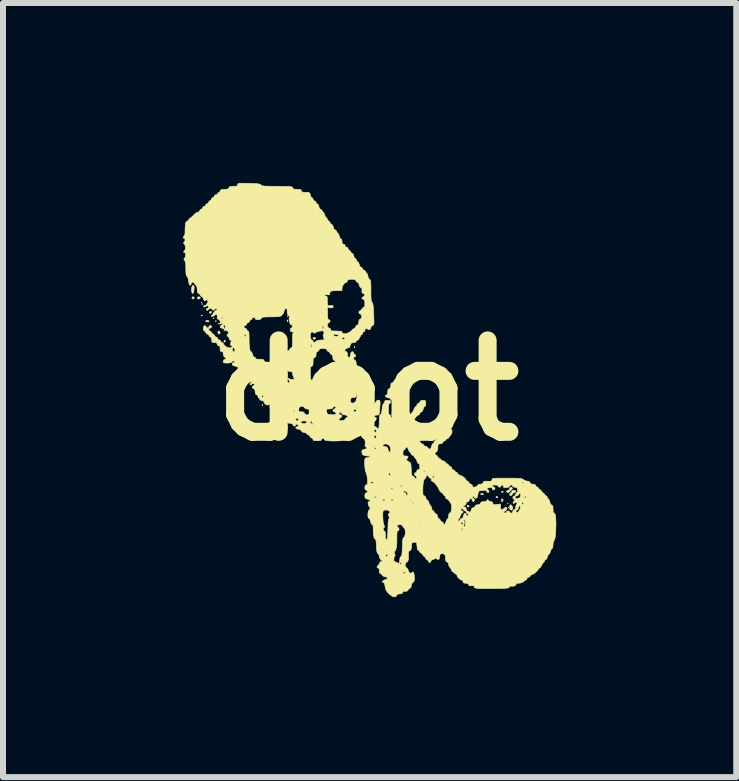
<source format=kicad_pcb>
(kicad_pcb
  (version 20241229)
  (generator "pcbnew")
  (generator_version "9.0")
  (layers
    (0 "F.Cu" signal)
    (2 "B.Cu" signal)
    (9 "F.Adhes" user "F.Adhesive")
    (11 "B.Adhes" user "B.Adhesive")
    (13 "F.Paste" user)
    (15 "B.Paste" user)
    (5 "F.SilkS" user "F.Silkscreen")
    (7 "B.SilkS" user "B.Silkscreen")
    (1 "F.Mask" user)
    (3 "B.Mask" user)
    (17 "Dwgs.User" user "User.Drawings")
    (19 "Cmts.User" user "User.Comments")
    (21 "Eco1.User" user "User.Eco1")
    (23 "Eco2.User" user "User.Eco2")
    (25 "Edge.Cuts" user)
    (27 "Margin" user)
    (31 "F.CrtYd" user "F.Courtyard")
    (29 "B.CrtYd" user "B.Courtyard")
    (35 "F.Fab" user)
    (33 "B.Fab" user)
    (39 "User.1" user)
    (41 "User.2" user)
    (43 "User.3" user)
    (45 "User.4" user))
  (footprint "doot"
    (layer "F.Cu")
    (at 3.083 3.459)
    (property "Reference" "doot" (at 0 0 0) (layer "F.SilkS") (effects (font (size 1.524 1.524) (thickness 0.3))))
    (attr through_hole)
    (fp_poly (pts (xy -2.769 -1.467) (xy -2.775 -1.46) (xy -2.781 -1.467) (xy -2.775 -1.473) (xy -2.769 -1.467)) (stroke (width 0.01) (type solid)) (fill yes) (layer "F.SilkS"))
    (fp_poly (pts (xy -2.756 -1.441) (xy -2.762 -1.435) (xy -2.769 -1.441) (xy -2.762 -1.448) (xy -2.756 -1.441)) (stroke (width 0.01) (type solid)) (fill yes) (layer "F.SilkS"))
    (fp_poly (pts (xy -2.565 -1.2) (xy -2.572 -1.194) (xy -2.578 -1.2) (xy -2.572 -1.206) (xy -2.565 -1.2)) (stroke (width 0.01) (type solid)) (fill yes) (layer "F.SilkS"))
    (fp_poly (pts (xy -2.388 -0.997) (xy -2.394 -0.991) (xy -2.4 -0.997) (xy -2.394 -1.003) (xy -2.388 -0.997)) (stroke (width 0.01) (type solid)) (fill yes) (layer "F.SilkS"))
    (fp_poly (pts (xy -1.626 0.273) (xy -1.632 0.279) (xy -1.638 0.273) (xy -1.632 0.267) (xy -1.626 0.273)) (stroke (width 0.01) (type solid)) (fill yes) (layer "F.SilkS"))
    (fp_poly (pts (xy -1.6 0.298) (xy -1.607 0.305) (xy -1.613 0.298) (xy -1.607 0.292) (xy -1.6 0.298)) (stroke (width 0.01) (type solid)) (fill yes) (layer "F.SilkS"))
    (fp_poly (pts (xy -1.499 -0.337) (xy -1.505 -0.33) (xy -1.511 -0.337) (xy -1.505 -0.343) (xy -1.499 -0.337)) (stroke (width 0.01) (type solid)) (fill yes) (layer "F.SilkS"))
    (fp_poly (pts (xy -1.448 -0.146) (xy -1.454 -0.14) (xy -1.46 -0.146) (xy -1.454 -0.152) (xy -1.448 -0.146)) (stroke (width 0.01) (type solid)) (fill yes) (layer "F.SilkS"))
    (fp_poly (pts (xy -1.41 -0.235) (xy -1.416 -0.229) (xy -1.422 -0.235) (xy -1.416 -0.241) (xy -1.41 -0.235)) (stroke (width 0.01) (type solid)) (fill yes) (layer "F.SilkS"))
    (fp_poly (pts (xy -1.333 -1.238) (xy -1.34 -1.232) (xy -1.346 -1.238) (xy -1.34 -1.245) (xy -1.333 -1.238)) (stroke (width 0.01) (type solid)) (fill yes) (layer "F.SilkS"))
    (fp_poly (pts (xy 2.337 1.886) (xy 2.33 1.892) (xy 2.324 1.886) (xy 2.33 1.88) (xy 2.337 1.886)) (stroke (width 0.01) (type solid)) (fill yes) (layer "F.SilkS"))
    (fp_poly (pts (xy 2.349 1.949) (xy 2.343 1.956) (xy 2.337 1.949) (xy 2.343 1.943) (xy 2.349 1.949)) (stroke (width 0.01) (type solid)) (fill yes) (layer "F.SilkS"))
    (fp_poly (pts (xy -2.76 -1.253) (xy -2.762 -1.246) (xy -2.769 -1.245) (xy -2.779 -1.249) (xy -2.777 -1.253) (xy -2.762 -1.255) (xy -2.76 -1.253)) (stroke (width 0.01) (type solid)) (fill yes) (layer "F.SilkS"))
    (fp_poly (pts (xy -2.532 -1.164) (xy -2.53 -1.149) (xy -2.532 -1.147) (xy -2.539 -1.149) (xy -2.54 -1.156) (xy -2.535 -1.166) (xy -2.532 -1.164)) (stroke (width 0.01) (type solid)) (fill yes) (layer "F.SilkS"))
    (fp_poly (pts (xy -1.757 0.233) (xy -1.755 0.248) (xy -1.757 0.25) (xy -1.764 0.248) (xy -1.765 0.241) (xy -1.761 0.231) (xy -1.757 0.233)) (stroke (width 0.01) (type solid)) (fill yes) (layer "F.SilkS"))
    (fp_poly (pts (xy -1.655 -0.237) (xy -1.657 -0.23) (xy -1.664 -0.229) (xy -1.674 -0.233) (xy -1.672 -0.237) (xy -1.657 -0.239) (xy -1.655 -0.237)) (stroke (width 0.01) (type solid)) (fill yes) (layer "F.SilkS"))
    (fp_poly (pts (xy -1.452 0.474) (xy -1.454 0.482) (xy -1.46 0.483) (xy -1.471 0.478) (xy -1.469 0.474) (xy -1.454 0.473) (xy -1.452 0.474)) (stroke (width 0.01) (type solid)) (fill yes) (layer "F.SilkS"))
    (fp_poly (pts (xy -1.338 -1.171) (xy -1.336 -1.151) (xy -1.339 -1.146) (xy -1.344 -1.15) (xy -1.345 -1.163) (xy -1.342 -1.177) (xy -1.338 -1.171)) (stroke (width 0.01) (type solid)) (fill yes) (layer "F.SilkS"))
    (fp_poly (pts (xy -0.22 -0.732) (xy -0.219 -0.717) (xy -0.22 -0.715) (xy -0.228 -0.717) (xy -0.229 -0.724) (xy -0.224 -0.734) (xy -0.22 -0.732)) (stroke (width 0.01) (type solid)) (fill yes) (layer "F.SilkS"))
    (fp_poly (pts (xy -2.608 -1.313) (xy -2.61 -1.298) (xy -2.627 -1.286) (xy -2.639 -1.291) (xy -2.642 -1.301) (xy -2.631 -1.318) (xy -2.621 -1.321) (xy -2.608 -1.313)) (stroke (width 0.01) (type solid)) (fill yes) (layer "F.SilkS"))
    (fp_poly (pts (xy -0.874 -0.876) (xy -0.877 -0.861) (xy -0.895 -0.853) (xy -0.912 -0.859) (xy -0.914 -0.87) (xy -0.905 -0.886) (xy -0.892 -0.887) (xy -0.874 -0.876)) (stroke (width 0.01) (type solid)) (fill yes) (layer "F.SilkS"))
    (fp_poly (pts (xy -2.898 -1.552) (xy -2.896 -1.543) (xy -2.906 -1.526) (xy -2.915 -1.524) (xy -2.931 -1.534) (xy -2.934 -1.543) (xy -2.924 -1.56) (xy -2.915 -1.562) (xy -2.898 -1.552)) (stroke (width 0.01) (type solid)) (fill yes) (layer "F.SilkS"))
    (fp_poly (pts (xy -2.799 -1.554) (xy -2.794 -1.543) (xy -2.805 -1.528) (xy -2.819 -1.524) (xy -2.84 -1.532) (xy -2.845 -1.543) (xy -2.834 -1.559) (xy -2.819 -1.562) (xy -2.799 -1.554)) (stroke (width 0.01) (type solid)) (fill yes) (layer "F.SilkS"))
    (fp_poly (pts (xy -2.656 -1.163) (xy -2.648 -1.156) (xy -2.652 -1.146) (xy -2.673 -1.143) (xy -2.697 -1.147) (xy -2.705 -1.156) (xy -2.694 -1.166) (xy -2.68 -1.168) (xy -2.656 -1.163)) (stroke (width 0.01) (type solid)) (fill yes) (layer "F.SilkS"))
    (fp_poly (pts (xy -2.467 -0.98) (xy -2.464 -0.965) (xy -2.47 -0.943) (xy -2.486 -0.942) (xy -2.493 -0.948) (xy -2.502 -0.969) (xy -2.495 -0.986) (xy -2.483 -0.991) (xy -2.467 -0.98)) (stroke (width 0.01) (type solid)) (fill yes) (layer "F.SilkS"))
    (fp_poly (pts (xy -2.375 -0.829) (xy -2.375 -0.826) (xy -2.384 -0.809) (xy -2.388 -0.806) (xy -2.398 -0.809) (xy -2.4 -0.818) (xy -2.394 -0.836) (xy -2.388 -0.838) (xy -2.375 -0.829)) (stroke (width 0.01) (type solid)) (fill yes) (layer "F.SilkS"))
    (fp_poly (pts (xy -1.508 -0.204) (xy -1.508 -0.204) (xy -1.51 -0.181) (xy -1.519 -0.173) (xy -1.532 -0.175) (xy -1.534 -0.197) (xy -1.528 -0.223) (xy -1.518 -0.226) (xy -1.508 -0.204)) (stroke (width 0.01) (type solid)) (fill yes) (layer "F.SilkS"))
    (fp_poly (pts (xy 1.67 1.913) (xy 1.687 1.926) (xy 1.689 1.932) (xy 1.679 1.942) (xy 1.67 1.943) (xy 1.653 1.933) (xy 1.651 1.924) (xy 1.659 1.912) (xy 1.67 1.913)) (stroke (width 0.01) (type solid)) (fill yes) (layer "F.SilkS"))
    (fp_poly (pts (xy 1.92 1.722) (xy 1.924 1.727) (xy 1.92 1.737) (xy 1.906 1.74) (xy 1.885 1.735) (xy 1.88 1.727) (xy 1.89 1.716) (xy 1.898 1.714) (xy 1.92 1.722)) (stroke (width 0.01) (type solid)) (fill yes) (layer "F.SilkS"))
    (fp_poly (pts (xy 2.163 1.775) (xy 2.165 1.778) (xy 2.162 1.789) (xy 2.153 1.791) (xy 2.136 1.784) (xy 2.134 1.778) (xy 2.143 1.766) (xy 2.146 1.765) (xy 2.163 1.775)) (stroke (width 0.01) (type solid)) (fill yes) (layer "F.SilkS"))
    (fp_poly (pts (xy 2.253 1.822) (xy 2.254 1.829) (xy 2.244 1.848) (xy 2.238 1.851) (xy 2.226 1.845) (xy 2.223 1.829) (xy 2.228 1.809) (xy 2.238 1.807) (xy 2.253 1.822)) (stroke (width 0.01) (type solid)) (fill yes) (layer "F.SilkS"))
    (fp_poly (pts (xy 2.256 1.684) (xy 2.254 1.689) (xy 2.237 1.701) (xy 2.234 1.702) (xy 2.227 1.694) (xy 2.229 1.689) (xy 2.246 1.677) (xy 2.249 1.676) (xy 2.256 1.684)) (stroke (width 0.01) (type solid)) (fill yes) (layer "F.SilkS"))
    (fp_poly (pts (xy 2.384 1.907) (xy 2.403 1.923) (xy 2.411 1.953) (xy 2.411 1.981) (xy 2.401 1.993) (xy 2.388 1.994) (xy 2.371 1.989) (xy 2.363 1.971) (xy 2.362 1.949) (xy 2.365 1.918) (xy 2.374 1.907) (xy 2.384 1.907)) (stroke (width 0.01) (type solid)) (fill yes) (layer "F.SilkS"))
    (fp_poly (pts (xy -2.902 -1.746) (xy -2.897 -1.724) (xy -2.898 -1.687) (xy -2.904 -1.646) (xy -2.913 -1.622) (xy -2.924 -1.617) (xy -2.934 -1.634) (xy -2.937 -1.647) (xy -2.941 -1.688) (xy -2.935 -1.724) (xy -2.923 -1.748) (xy -2.913 -1.753) (xy -2.902 -1.746)) (stroke (width 0.01) (type solid)) (fill yes) (layer "F.SilkS"))
    (fp_poly (pts (xy 2.404 1.62) (xy 2.407 1.638) (xy 2.396 1.657) (xy 2.38 1.664) (xy 2.364 1.674) (xy 2.362 1.683) (xy 2.352 1.698) (xy 2.337 1.702) (xy 2.316 1.694) (xy 2.311 1.683) (xy 2.322 1.667) (xy 2.337 1.664) (xy 2.358 1.655) (xy 2.362 1.638) (xy 2.371 1.617) (xy 2.391 1.613) (xy 2.404 1.62)) (stroke (width 0.01) (type solid)) (fill yes) (layer "F.SilkS"))
    (fp_poly (pts (xy 2.458 1.67) (xy 2.464 1.683) (xy 2.453 1.698) (xy 2.44 1.702) (xy 2.418 1.713) (xy 2.409 1.727) (xy 2.397 1.746) (xy 2.378 1.752) (xy 2.364 1.743) (xy 2.362 1.733) (xy 2.372 1.712) (xy 2.381 1.706) (xy 2.398 1.69) (xy 2.4 1.681) (xy 2.411 1.668) (xy 2.432 1.664) (xy 2.458 1.67)) (stroke (width 0.01) (type solid)) (fill yes) (layer "F.SilkS"))
    (fp_poly (pts (xy 0.179 0.162) (xy 0.192 0.166) (xy 0.2 0.176) (xy 0.203 0.195) (xy 0.202 0.229) (xy 0.199 0.282) (xy 0.199 0.283) (xy 0.195 0.335) (xy 0.19 0.375) (xy 0.187 0.399) (xy 0.186 0.403) (xy 0.169 0.408) (xy 0.137 0.412) (xy 0.102 0.414) (xy 0.076 0.412) (xy 0.073 0.411) (xy 0.054 0.396) (xy 0.054 0.377) (xy 0.07 0.364) (xy 0.082 0.35) (xy 0.088 0.318) (xy 0.089 0.286) (xy 0.091 0.244) (xy 0.096 0.222) (xy 0.108 0.216) (xy 0.108 0.216) (xy 0.127 0.205) (xy 0.139 0.185) (xy 0.154 0.163) (xy 0.177 0.161) (xy 0.179 0.162)) (stroke (width 0.01) (type solid)) (fill yes) (layer "F.SilkS"))
    (fp_poly (pts (xy 0.47 -0.175) (xy 0.478 -0.165) (xy 0.482 -0.14) (xy 0.483 -0.097) (xy 0.483 -0.087) (xy 0.481 -0.033) (xy 0.475 0.00026) (xy 0.464 0.017) (xy 0.463 0.018) (xy 0.451 0.038) (xy 0.44 0.074) (xy 0.436 0.098) (xy 0.43 0.139) (xy 0.421 0.159) (xy 0.406 0.165) (xy 0.405 0.165) (xy 0.385 0.157) (xy 0.381 0.147) (xy 0.37 0.133) (xy 0.341 0.122) (xy 0.337 0.121) (xy 0.309 0.111) (xy 0.293 0.096) (xy 0.292 0.083) (xy 0.309 0.076) (xy 0.311 0.076) (xy 0.325 0.068) (xy 0.33 0.039) (xy 0.33 0.027) (xy 0.333 -0.008) (xy 0.345 -0.025) (xy 0.356 -0.029) (xy 0.374 -0.041) (xy 0.381 -0.067) (xy 0.381 -0.081) (xy 0.384 -0.112) (xy 0.394 -0.125) (xy 0.406 -0.127) (xy 0.428 -0.136) (xy 0.432 -0.152) (xy 0.441 -0.174) (xy 0.457 -0.178) (xy 0.47 -0.175)) (stroke (width 0.01) (type solid)) (fill yes) (layer "F.SilkS"))
    (fp_poly (pts (xy -2.021 -3.453) (xy -1.986 -3.452) (xy -1.912 -3.45) (xy -1.86 -3.447) (xy -1.824 -3.444) (xy -1.802 -3.438) (xy -1.789 -3.431) (xy -1.785 -3.426) (xy -1.777 -3.419) (xy -1.764 -3.413) (xy -1.741 -3.409) (xy -1.706 -3.406) (xy -1.655 -3.405) (xy -1.584 -3.404) (xy -1.515 -3.403) (xy -1.428 -3.402) (xy -1.363 -3.402) (xy -1.317 -3.4) (xy -1.287 -3.397) (xy -1.268 -3.393) (xy -1.259 -3.388) (xy -1.254 -3.38) (xy -1.253 -3.377) (xy -1.245 -3.362) (xy -1.226 -3.355) (xy -1.188 -3.353) (xy -1.181 -3.353) (xy -1.141 -3.351) (xy -1.12 -3.345) (xy -1.11 -3.331) (xy -1.109 -3.327) (xy -1.097 -3.308) (xy -1.07 -3.303) (xy -1.062 -3.303) (xy -1.014 -3.305) (xy -0.985 -3.301) (xy -0.97 -3.289) (xy -0.961 -3.267) (xy -0.96 -3.258) (xy -0.949 -3.226) (xy -0.934 -3.213) (xy -0.933 -3.213) (xy -0.918 -3.203) (xy -0.914 -3.188) (xy -0.906 -3.167) (xy -0.894 -3.162) (xy -0.875 -3.152) (xy -0.867 -3.137) (xy -0.855 -3.116) (xy -0.844 -3.111) (xy -0.83 -3.1) (xy -0.82 -3.073) (xy -0.818 -3.067) (xy -0.808 -3.036) (xy -0.793 -3.023) (xy -0.792 -3.023) (xy -0.773 -3.012) (xy -0.766 -3) (xy -0.751 -2.976) (xy -0.742 -2.969) (xy -0.728 -2.95) (xy -0.718 -2.921) (xy -0.708 -2.894) (xy -0.697 -2.883) (xy -0.697 -2.883) (xy -0.684 -2.872) (xy -0.673 -2.851) (xy -0.66 -2.828) (xy -0.649 -2.819) (xy -0.636 -2.809) (xy -0.629 -2.794) (xy -0.615 -2.773) (xy -0.603 -2.769) (xy -0.589 -2.757) (xy -0.578 -2.728) (xy -0.577 -2.724) (xy -0.567 -2.693) (xy -0.552 -2.68) (xy -0.551 -2.68) (xy -0.533 -2.669) (xy -0.521 -2.648) (xy -0.508 -2.624) (xy -0.497 -2.616) (xy -0.487 -2.605) (xy -0.478 -2.578) (xy -0.477 -2.572) (xy -0.466 -2.54) (xy -0.451 -2.527) (xy -0.45 -2.527) (xy -0.436 -2.517) (xy -0.432 -2.484) (xy -0.432 -2.483) (xy -0.429 -2.452) (xy -0.418 -2.44) (xy -0.406 -2.438) (xy -0.385 -2.429) (xy -0.381 -2.413) (xy -0.372 -2.392) (xy -0.356 -2.388) (xy -0.334 -2.379) (xy -0.33 -2.362) (xy -0.322 -2.342) (xy -0.311 -2.337) (xy -0.295 -2.327) (xy -0.292 -2.317) (xy -0.281 -2.297) (xy -0.268 -2.29) (xy -0.247 -2.272) (xy -0.236 -2.24) (xy -0.225 -2.21) (xy -0.21 -2.197) (xy -0.209 -2.197) (xy -0.194 -2.187) (xy -0.191 -2.172) (xy -0.183 -2.151) (xy -0.172 -2.146) (xy -0.157 -2.135) (xy -0.146 -2.104) (xy -0.145 -2.103) (xy -0.132 -2.067) (xy -0.113 -2.053) (xy -0.093 -2.039) (xy -0.089 -2.027) (xy -0.079 -2.009) (xy -0.069 -2.007) (xy -0.049 -1.996) (xy -0.042 -1.984) (xy -0.026 -1.96) (xy -0.017 -1.952) (xy -0.005 -1.933) (xy 0 -1.905) (xy 0.009 -1.869) (xy 0.025 -1.854) (xy 0.035 -1.847) (xy 0.042 -1.836) (xy 0.046 -1.815) (xy 0.049 -1.781) (xy 0.05 -1.731) (xy 0.05 -1.662) (xy 0.05 -1.588) (xy 0.052 -1.536) (xy 0.055 -1.501) (xy 0.061 -1.48) (xy 0.068 -1.469) (xy 0.069 -1.469) (xy 0.078 -1.457) (xy 0.084 -1.433) (xy 0.089 -1.394) (xy 0.093 -1.336) (xy 0.097 -1.272) (xy 0.099 -1.201) (xy 0.101 -1.151) (xy 0.1 -1.119) (xy 0.097 -1.099) (xy 0.091 -1.09) (xy 0.082 -1.085) (xy 0.078 -1.084) (xy 0.056 -1.069) (xy 0.051 -1.054) (xy 0.043 -1.027) (xy 0.026 -1.013) (xy 0.005 -1.017) (xy 0.001 -1.021) (xy -0.021 -1.034) (xy -0.042 -1.026) (xy -0.051 -1.002) (xy -0.059 -0.982) (xy -0.07 -0.978) (xy -0.085 -0.967) (xy -0.089 -0.953) (xy -0.097 -0.932) (xy -0.109 -0.927) (xy -0.122 -0.921) (xy -0.121 -0.915) (xy -0.124 -0.902) (xy -0.128 -0.899) (xy -0.14 -0.885) (xy -0.145 -0.87) (xy -0.153 -0.849) (xy -0.16 -0.844) (xy -0.182 -0.837) (xy -0.197 -0.823) (xy -0.197 -0.813) (xy -0.203 -0.805) (xy -0.228 -0.799) (xy -0.237 -0.798) (xy -0.27 -0.792) (xy -0.286 -0.777) (xy -0.295 -0.753) (xy -0.304 -0.725) (xy -0.314 -0.713) (xy -0.315 -0.713) (xy -0.332 -0.71) (xy -0.359 -0.701) (xy -0.381 -0.684) (xy -0.386 -0.664) (xy -0.374 -0.65) (xy -0.361 -0.648) (xy -0.347 -0.636) (xy -0.343 -0.613) (xy -0.339 -0.58) (xy -0.331 -0.56) (xy -0.315 -0.55) (xy -0.299 -0.559) (xy -0.292 -0.583) (xy -0.292 -0.584) (xy -0.286 -0.622) (xy -0.27 -0.644) (xy -0.259 -0.648) (xy -0.243 -0.638) (xy -0.241 -0.63) (xy -0.231 -0.61) (xy -0.222 -0.605) (xy -0.205 -0.588) (xy -0.203 -0.578) (xy -0.213 -0.561) (xy -0.222 -0.559) (xy -0.238 -0.55) (xy -0.24 -0.531) (xy -0.23 -0.512) (xy -0.218 -0.505) (xy -0.208 -0.499) (xy -0.201 -0.486) (xy -0.196 -0.46) (xy -0.193 -0.417) (xy -0.192 -0.367) (xy -0.19 -0.301) (xy -0.187 -0.257) (xy -0.182 -0.231) (xy -0.176 -0.221) (xy -0.166 -0.222) (xy -0.164 -0.223) (xy -0.157 -0.216) (xy -0.153 -0.192) (xy -0.152 -0.18) (xy -0.157 -0.14) (xy -0.171 -0.122) (xy -0.187 -0.108) (xy -0.189 -0.089) (xy -0.176 -0.077) (xy -0.171 -0.076) (xy -0.158 -0.066) (xy -0.152 -0.041) (xy -0.153 -0.011) (xy -0.162 0.013) (xy -0.171 0.021) (xy -0.186 0.039) (xy -0.191 0.07) (xy -0.193 0.098) (xy -0.204 0.111) (xy -0.232 0.116) (xy -0.238 0.117) (xy -0.27 0.122) (xy -0.285 0.134) (xy -0.29 0.157) (xy -0.288 0.194) (xy -0.27 0.211) (xy -0.238 0.209) (xy -0.208 0.191) (xy -0.197 0.164) (xy -0.185 0.131) (xy -0.171 0.12) (xy -0.158 0.133) (xy -0.154 0.141) (xy -0.151 0.168) (xy -0.153 0.203) (xy -0.161 0.237) (xy -0.171 0.261) (xy -0.179 0.267) (xy -0.189 0.277) (xy -0.191 0.286) (xy -0.183 0.302) (xy -0.165 0.301) (xy -0.146 0.284) (xy -0.129 0.269) (xy -0.115 0.278) (xy -0.105 0.312) (xy -0.098 0.362) (xy -0.092 0.415) (xy -0.081 0.448) (xy -0.068 0.464) (xy -0.052 0.479) (xy -0.057 0.49) (xy -0.064 0.495) (xy -0.085 0.508) (xy -0.092 0.511) (xy -0.098 0.525) (xy -0.095 0.552) (xy -0.088 0.581) (xy -0.077 0.604) (xy -0.068 0.61) (xy -0.053 0.62) (xy -0.051 0.629) (xy -0.04 0.644) (xy -0.025 0.648) (xy -0.008 0.643) (xy -0.001 0.623) (xy 0 0.605) (xy 0.005 0.571) (xy 0.018 0.555) (xy 0.031 0.538) (xy 0.04 0.506) (xy 0.04 0.499) (xy 0.045 0.467) (xy 0.057 0.453) (xy 0.084 0.448) (xy 0.092 0.447) (xy 0.124 0.446) (xy 0.137 0.454) (xy 0.14 0.47) (xy 0.132 0.494) (xy 0.121 0.503) (xy 0.106 0.522) (xy 0.102 0.561) (xy 0.104 0.591) (xy 0.111 0.604) (xy 0.114 0.604) (xy 0.13 0.607) (xy 0.15 0.623) (xy 0.175 0.649) (xy 0.182 0.62) (xy 0.186 0.593) (xy 0.189 0.549) (xy 0.19 0.499) (xy 0.19 0.498) (xy 0.192 0.448) (xy 0.196 0.419) (xy 0.204 0.407) (xy 0.208 0.406) (xy 0.219 0.397) (xy 0.228 0.369) (xy 0.235 0.318) (xy 0.235 0.317) (xy 0.243 0.261) (xy 0.254 0.228) (xy 0.262 0.22) (xy 0.277 0.203) (xy 0.279 0.189) (xy 0.284 0.173) (xy 0.303 0.166) (xy 0.33 0.165) (xy 0.363 0.167) (xy 0.378 0.176) (xy 0.381 0.191) (xy 0.373 0.211) (xy 0.362 0.216) (xy 0.352 0.221) (xy 0.346 0.239) (xy 0.343 0.275) (xy 0.343 0.311) (xy 0.344 0.361) (xy 0.348 0.391) (xy 0.355 0.404) (xy 0.362 0.406) (xy 0.377 0.417) (xy 0.381 0.432) (xy 0.39 0.453) (xy 0.406 0.457) (xy 0.427 0.466) (xy 0.432 0.477) (xy 0.442 0.497) (xy 0.457 0.504) (xy 0.478 0.518) (xy 0.483 0.53) (xy 0.493 0.548) (xy 0.508 0.555) (xy 0.529 0.568) (xy 0.533 0.579) (xy 0.542 0.6) (xy 0.568 0.603) (xy 0.589 0.597) (xy 0.615 0.58) (xy 0.622 0.549) (xy 0.631 0.514) (xy 0.648 0.492) (xy 0.667 0.463) (xy 0.673 0.438) (xy 0.679 0.414) (xy 0.689 0.406) (xy 0.712 0.395) (xy 0.738 0.369) (xy 0.759 0.336) (xy 0.766 0.315) (xy 0.782 0.284) (xy 0.801 0.266) (xy 0.817 0.251) (xy 0.818 0.24) (xy 0.822 0.227) (xy 0.836 0.22) (xy 0.86 0.204) (xy 0.868 0.189) (xy 0.88 0.172) (xy 0.908 0.165) (xy 0.92 0.165) (xy 0.949 0.167) (xy 0.962 0.176) (xy 0.965 0.2) (xy 0.965 0.216) (xy 0.962 0.252) (xy 0.95 0.266) (xy 0.948 0.267) (xy 0.933 0.278) (xy 0.923 0.306) (xy 0.922 0.31) (xy 0.908 0.346) (xy 0.889 0.359) (xy 0.868 0.373) (xy 0.864 0.386) (xy 0.856 0.404) (xy 0.85 0.406) (xy 0.827 0.416) (xy 0.802 0.439) (xy 0.782 0.466) (xy 0.775 0.485) (xy 0.765 0.509) (xy 0.755 0.518) (xy 0.741 0.537) (xy 0.73 0.572) (xy 0.727 0.585) (xy 0.719 0.622) (xy 0.708 0.647) (xy 0.703 0.652) (xy 0.688 0.669) (xy 0.688 0.689) (xy 0.703 0.698) (xy 0.705 0.699) (xy 0.722 0.708) (xy 0.724 0.716) (xy 0.735 0.733) (xy 0.749 0.74) (xy 0.77 0.754) (xy 0.775 0.766) (xy 0.785 0.784) (xy 0.8 0.791) (xy 0.821 0.804) (xy 0.826 0.816) (xy 0.836 0.835) (xy 0.851 0.842) (xy 0.872 0.856) (xy 0.876 0.869) (xy 0.887 0.886) (xy 0.902 0.889) (xy 0.922 0.897) (xy 0.927 0.907) (xy 0.938 0.922) (xy 0.965 0.933) (xy 0.965 0.933) (xy 0.992 0.945) (xy 1.003 0.96) (xy 1.003 0.96) (xy 1.014 0.975) (xy 1.027 0.978) (xy 1.047 0.969) (xy 1.058 0.94) (xy 1.059 0.935) (xy 1.07 0.903) (xy 1.085 0.885) (xy 1.086 0.884) (xy 1.103 0.867) (xy 1.105 0.858) (xy 1.115 0.841) (xy 1.123 0.838) (xy 1.139 0.827) (xy 1.15 0.796) (xy 1.15 0.794) (xy 1.16 0.763) (xy 1.179 0.748) (xy 1.202 0.742) (xy 1.233 0.731) (xy 1.245 0.715) (xy 1.245 0.715) (xy 1.255 0.697) (xy 1.27 0.689) (xy 1.291 0.677) (xy 1.295 0.667) (xy 1.306 0.654) (xy 1.332 0.645) (xy 1.363 0.643) (xy 1.389 0.648) (xy 1.394 0.651) (xy 1.403 0.672) (xy 1.4 0.703) (xy 1.388 0.733) (xy 1.379 0.743) (xy 1.361 0.766) (xy 1.355 0.778) (xy 1.339 0.797) (xy 1.328 0.8) (xy 1.31 0.807) (xy 1.308 0.813) (xy 1.298 0.827) (xy 1.276 0.841) (xy 1.253 0.857) (xy 1.245 0.872) (xy 1.233 0.885) (xy 1.206 0.889) (xy 1.179 0.893) (xy 1.169 0.907) (xy 1.168 0.919) (xy 1.165 0.966) (xy 1.156 1.003) (xy 1.143 1.025) (xy 1.135 1.029) (xy 1.12 1.037) (xy 1.119 1.056) (xy 1.129 1.075) (xy 1.144 1.084) (xy 1.162 1.094) (xy 1.163 1.104) (xy 1.167 1.118) (xy 1.187 1.13) (xy 1.211 1.143) (xy 1.219 1.154) (xy 1.23 1.165) (xy 1.257 1.175) (xy 1.257 1.175) (xy 1.284 1.186) (xy 1.295 1.201) (xy 1.295 1.201) (xy 1.306 1.217) (xy 1.314 1.219) (xy 1.334 1.229) (xy 1.346 1.245) (xy 1.364 1.265) (xy 1.378 1.27) (xy 1.393 1.281) (xy 1.397 1.295) (xy 1.406 1.317) (xy 1.421 1.321) (xy 1.443 1.332) (xy 1.452 1.347) (xy 1.463 1.366) (xy 1.473 1.365) (xy 1.487 1.368) (xy 1.494 1.382) (xy 1.511 1.404) (xy 1.535 1.414) (xy 1.567 1.426) (xy 1.6 1.448) (xy 1.626 1.473) (xy 1.638 1.494) (xy 1.638 1.496) (xy 1.649 1.509) (xy 1.659 1.511) (xy 1.678 1.522) (xy 1.685 1.537) (xy 1.701 1.557) (xy 1.716 1.562) (xy 1.736 1.572) (xy 1.74 1.587) (xy 1.747 1.608) (xy 1.756 1.613) (xy 1.792 1.607) (xy 1.819 1.595) (xy 1.829 1.58) (xy 1.841 1.566) (xy 1.872 1.562) (xy 1.904 1.558) (xy 1.919 1.543) (xy 1.921 1.537) (xy 2.565 1.537) (xy 2.575 1.549) (xy 2.578 1.549) (xy 2.59 1.54) (xy 2.591 1.537) (xy 2.581 1.524) (xy 2.578 1.524) (xy 2.566 1.534) (xy 2.565 1.537) (xy 1.921 1.537) (xy 1.922 1.535) (xy 1.929 1.52) (xy 1.944 1.513) (xy 1.974 1.512) (xy 1.996 1.513) (xy 2.036 1.515) (xy 2.057 1.511) (xy 2.065 1.501) (xy 2.068 1.49) (xy 2.07 1.48) (xy 2.075 1.473) (xy 2.087 1.468) (xy 2.108 1.465) (xy 2.143 1.463) (xy 2.195 1.462) (xy 2.266 1.462) (xy 2.319 1.462) (xy 2.405 1.462) (xy 2.47 1.463) (xy 2.516 1.465) (xy 2.547 1.468) (xy 2.568 1.472) (xy 2.582 1.479) (xy 2.592 1.487) (xy 2.623 1.505) (xy 2.655 1.511) (xy 2.687 1.517) (xy 2.701 1.536) (xy 2.701 1.537) (xy 2.714 1.556) (xy 2.743 1.562) (xy 2.75 1.562) (xy 2.782 1.567) (xy 2.797 1.584) (xy 2.798 1.587) (xy 2.812 1.608) (xy 2.825 1.613) (xy 2.842 1.623) (xy 2.845 1.632) (xy 2.855 1.649) (xy 2.865 1.651) (xy 2.884 1.662) (xy 2.892 1.676) (xy 2.908 1.7) (xy 2.922 1.709) (xy 2.942 1.723) (xy 2.946 1.734) (xy 2.957 1.75) (xy 2.965 1.753) (xy 2.982 1.762) (xy 2.985 1.77) (xy 2.993 1.79) (xy 3.01 1.81) (xy 3.029 1.84) (xy 3.035 1.867) (xy 3.043 1.897) (xy 3.061 1.909) (xy 3.076 1.917) (xy 3.084 1.936) (xy 3.086 1.972) (xy 3.086 1.98) (xy 3.088 2.021) (xy 3.096 2.041) (xy 3.104 2.045) (xy 3.118 2.057) (xy 3.128 2.093) (xy 3.133 2.15) (xy 3.135 2.227) (xy 3.132 2.323) (xy 3.131 2.33) (xy 3.126 2.404) (xy 3.12 2.455) (xy 3.112 2.487) (xy 3.105 2.498) (xy 3.092 2.523) (xy 3.086 2.563) (xy 3.086 2.573) (xy 3.082 2.616) (xy 3.069 2.636) (xy 3.067 2.637) (xy 3.053 2.653) (xy 3.041 2.684) (xy 3.041 2.687) (xy 3.031 2.716) (xy 3.018 2.73) (xy 3.016 2.731) (xy 3.003 2.742) (xy 2.993 2.769) (xy 2.992 2.775) (xy 2.981 2.807) (xy 2.966 2.819) (xy 2.965 2.819) (xy 2.949 2.83) (xy 2.946 2.839) (xy 2.937 2.86) (xy 2.93 2.865) (xy 2.914 2.88) (xy 2.898 2.909) (xy 2.895 2.915) (xy 2.88 2.944) (xy 2.864 2.959) (xy 2.861 2.959) (xy 2.846 2.965) (xy 2.845 2.97) (xy 2.835 2.99) (xy 2.812 3.017) (xy 2.781 3.044) (xy 2.752 3.063) (xy 2.74 3.067) (xy 2.715 3.079) (xy 2.705 3.094) (xy 2.695 3.108) (xy 2.68 3.111) (xy 2.659 3.12) (xy 2.654 3.131) (xy 2.644 3.152) (xy 2.633 3.159) (xy 2.607 3.174) (xy 2.589 3.19) (xy 2.554 3.208) (xy 2.514 3.213) (xy 2.484 3.215) (xy 2.469 3.222) (xy 2.469 3.224) (xy 2.468 3.241) (xy 2.449 3.256) (xy 2.421 3.263) (xy 2.41 3.263) (xy 2.371 3.262) (xy 2.354 3.267) (xy 2.355 3.275) (xy 2.355 3.283) (xy 2.344 3.29) (xy 2.318 3.295) (xy 2.276 3.298) (xy 2.215 3.3) (xy 2.132 3.301) (xy 2.043 3.302) (xy 1.955 3.302) (xy 1.889 3.301) (xy 1.842 3.3) (xy 1.811 3.298) (xy 1.792 3.294) (xy 1.781 3.289) (xy 1.776 3.282) (xy 1.774 3.275) (xy 1.762 3.255) (xy 1.739 3.255) (xy 1.704 3.257) (xy 1.681 3.246) (xy 1.676 3.231) (xy 1.665 3.217) (xy 1.632 3.213) (xy 1.601 3.21) (xy 1.589 3.199) (xy 1.587 3.188) (xy 1.579 3.167) (xy 1.567 3.162) (xy 1.541 3.152) (xy 1.512 3.129) (xy 1.491 3.101) (xy 1.486 3.083) (xy 1.477 3.064) (xy 1.466 3.061) (xy 1.445 3.05) (xy 1.44 3.042) (xy 1.424 3.025) (xy 1.415 3.023) (xy 1.4 3.012) (xy 1.397 3) (xy 1.388 2.975) (xy 1.372 2.956) (xy 1.352 2.927) (xy 1.346 2.901) (xy 1.338 2.871) (xy 1.321 2.861) (xy 1.304 2.851) (xy 1.297 2.829) (xy 1.295 2.8) (xy 1.289 2.752) (xy 1.268 2.726) (xy 1.234 2.719) (xy 1.229 2.72) (xy 1.209 2.728) (xy 1.199 2.749) (xy 1.196 2.772) (xy 1.188 2.807) (xy 1.172 2.819) (xy 1.149 2.807) (xy 1.146 2.804) (xy 1.128 2.795) (xy 1.115 2.804) (xy 1.089 2.818) (xy 1.078 2.819) (xy 1.058 2.83) (xy 1.05 2.845) (xy 1.039 2.865) (xy 1.029 2.87) (xy 1.014 2.86) (xy 1.007 2.845) (xy 0.994 2.824) (xy 0.983 2.819) (xy 0.967 2.809) (xy 0.965 2.801) (xy 0.955 2.781) (xy 0.94 2.769) (xy 0.92 2.751) (xy 0.914 2.738) (xy 0.904 2.721) (xy 0.889 2.714) (xy 0.868 2.7) (xy 0.864 2.687) (xy 0.854 2.67) (xy 0.845 2.667) (xy 0.829 2.656) (xy 0.823 2.638) (xy 0.82 2.607) (xy 0.818 2.591) (xy 0.815 2.561) (xy 0.814 2.549) (xy 0.808 2.533) (xy 0.786 2.529) (xy 0.772 2.53) (xy 0.747 2.533) (xy 0.735 2.543) (xy 0.729 2.566) (xy 0.726 2.599) (xy 0.722 2.64) (xy 0.713 2.661) (xy 0.698 2.671) (xy 0.698 2.671) (xy 0.679 2.684) (xy 0.675 2.713) (xy 0.675 2.713) (xy 0.677 2.783) (xy 0.671 2.83) (xy 0.658 2.856) (xy 0.648 2.861) (xy 0.628 2.877) (xy 0.621 2.905) (xy 0.627 2.936) (xy 0.645 2.958) (xy 0.647 2.959) (xy 0.667 2.98) (xy 0.675 3.007) (xy 0.687 3.034) (xy 0.708 3.047) (xy 0.73 3.042) (xy 0.738 3.033) (xy 0.751 3.024) (xy 0.763 3.037) (xy 0.771 3.069) (xy 0.774 3.116) (xy 0.775 3.121) (xy 0.773 3.163) (xy 0.765 3.187) (xy 0.749 3.2) (xy 0.749 3.2) (xy 0.728 3.226) (xy 0.724 3.253) (xy 0.718 3.284) (xy 0.699 3.298) (xy 0.699 3.298) (xy 0.678 3.311) (xy 0.673 3.322) (xy 0.662 3.339) (xy 0.637 3.349) (xy 0.609 3.347) (xy 0.607 3.346) (xy 0.588 3.349) (xy 0.581 3.365) (xy 0.569 3.384) (xy 0.543 3.391) (xy 0.53 3.391) (xy 0.497 3.395) (xy 0.481 3.41) (xy 0.479 3.416) (xy 0.463 3.438) (xy 0.435 3.441) (xy 0.398 3.426) (xy 0.357 3.395) (xy 0.348 3.386) (xy 0.315 3.349) (xy 0.296 3.315) (xy 0.287 3.271) (xy 0.286 3.267) (xy 0.277 3.222) (xy 0.264 3.202) (xy 0.259 3.2) (xy 0.241 3.195) (xy 0.242 3.181) (xy 0.257 3.167) (xy 0.283 3.156) (xy 0.286 3.155) (xy 0.315 3.145) (xy 0.33 3.132) (xy 0.33 3.13) (xy 0.319 3.116) (xy 0.291 3.106) (xy 0.286 3.104) (xy 0.256 3.095) (xy 0.242 3.082) (xy 0.241 3.08) (xy 0.231 3.064) (xy 0.216 3.057) (xy 0.198 3.045) (xy 0.195 3.035) (xy 0.584 3.035) (xy 0.594 3.047) (xy 0.603 3.048) (xy 0.62 3.041) (xy 0.622 3.035) (xy 0.612 3.024) (xy 0.603 3.023) (xy 0.586 3.029) (xy 0.584 3.035) (xy 0.195 3.035) (xy 0.191 3.019) (xy 0.191 3.005) (xy 0.187 2.971) (xy 0.174 2.959) (xy 0.171 2.959) (xy 0.155 2.95) (xy 0.152 2.941) (xy 0.163 2.922) (xy 0.171 2.916) (xy 0.187 2.899) (xy 0.191 2.885) (xy 0.202 2.862) (xy 0.219 2.852) (xy 0.248 2.844) (xy 0.219 2.824) (xy 0.212 2.814) (xy 0.432 2.814) (xy 0.435 2.843) (xy 0.452 2.857) (xy 0.47 2.862) (xy 0.5 2.875) (xy 0.509 2.892) (xy 0.512 2.902) (xy 0.518 2.893) (xy 0.519 2.889) (xy 0.533 2.889) (xy 0.542 2.902) (xy 0.552 2.9) (xy 0.565 2.888) (xy 0.564 2.882) (xy 0.548 2.87) (xy 0.535 2.879) (xy 0.533 2.889) (xy 0.519 2.889) (xy 0.524 2.87) (xy 0.529 2.841) (xy 0.532 2.811) (xy 0.532 2.81) (xy 0.538 2.779) (xy 0.551 2.769) (xy 0.559 2.763) (xy 0.565 2.745) (xy 0.569 2.71) (xy 0.572 2.655) (xy 0.573 2.615) (xy 0.576 2.549) (xy 0.579 2.503) (xy 0.584 2.475) (xy 0.591 2.458) (xy 0.6 2.45) (xy 0.614 2.43) (xy 0.622 2.396) (xy 0.624 2.356) (xy 0.62 2.32) (xy 0.613 2.305) (xy 1.555 2.305) (xy 1.556 2.311) (xy 1.572 2.324) (xy 1.576 2.324) (xy 1.587 2.314) (xy 1.587 2.311) (xy 1.577 2.3) (xy 1.568 2.299) (xy 1.555 2.305) (xy 0.613 2.305) (xy 0.609 2.295) (xy 0.603 2.291) (xy 0.586 2.275) (xy 0.584 2.267) (xy 0.578 2.256) (xy 1.593 2.256) (xy 1.603 2.27) (xy 1.614 2.273) (xy 1.62 2.262) (xy 1.625 2.233) (xy 1.626 2.21) (xy 1.623 2.17) (xy 1.616 2.149) (xy 1.611 2.146) (xy 1.603 2.158) (xy 1.606 2.19) (xy 1.608 2.223) (xy 1.601 2.241) (xy 1.6 2.241) (xy 1.593 2.256) (xy 0.578 2.256) (xy 0.573 2.249) (xy 0.548 2.238) (xy 0.518 2.236) (xy 0.493 2.244) (xy 0.488 2.25) (xy 0.489 2.268) (xy 0.5 2.28) (xy 0.517 2.301) (xy 0.519 2.323) (xy 0.508 2.336) (xy 0.502 2.337) (xy 0.493 2.341) (xy 0.488 2.355) (xy 0.484 2.384) (xy 0.483 2.431) (xy 0.483 2.482) (xy 0.482 2.545) (xy 0.478 2.594) (xy 0.474 2.626) (xy 0.47 2.635) (xy 0.462 2.651) (xy 0.464 2.655) (xy 0.463 2.666) (xy 0.459 2.667) (xy 0.446 2.677) (xy 0.44 2.7) (xy 0.441 2.724) (xy 0.448 2.733) (xy 0.457 2.745) (xy 0.448 2.758) (xy 0.436 2.781) (xy 0.432 2.814) (xy 0.212 2.814) (xy 0.195 2.792) (xy 0.191 2.768) (xy 0.187 2.755) (xy 0.298 2.755) (xy 0.301 2.76) (xy 0.319 2.768) (xy 0.33 2.755) (xy 0.33 2.75) (xy 0.324 2.733) (xy 0.318 2.731) (xy 0.302 2.739) (xy 0.298 2.755) (xy 0.187 2.755) (xy 0.183 2.735) (xy 0.168 2.719) (xy 0.157 2.708) (xy 0.15 2.688) (xy 0.145 2.651) (xy 0.142 2.595) (xy 0.142 2.592) (xy 0.138 2.532) (xy 0.133 2.495) (xy 0.125 2.478) (xy 0.121 2.477) (xy 0.106 2.464) (xy 0.096 2.428) (xy 0.09 2.37) (xy 0.089 2.316) (xy 0.087 2.27) (xy 0.082 2.244) (xy 0.073 2.235) (xy 0.071 2.235) (xy 0.057 2.223) (xy 0.046 2.191) (xy 0.044 2.184) (xy 0.034 2.149) (xy 0.02 2.134) (xy 0.018 2.134) (xy 0.006 2.123) (xy 0.000273 2.095) (xy -0.000321 2.064) (xy 0.248 2.064) (xy 0.248 2.105) (xy 0.252 2.171) (xy 0.259 2.22) (xy 0.267 2.243) (xy 0.278 2.269) (xy 0.274 2.281) (xy 0.27 2.283) (xy 0.256 2.298) (xy 0.256 2.321) (xy 0.269 2.34) (xy 0.273 2.341) (xy 0.286 2.357) (xy 0.292 2.393) (xy 0.292 2.41) (xy 0.294 2.448) (xy 0.298 2.475) (xy 0.301 2.481) (xy 0.312 2.485) (xy 0.321 2.472) (xy 0.327 2.439) (xy 0.331 2.384) (xy 0.334 2.307) (xy 0.336 2.235) (xy 0.337 2.215) (xy 0.877 2.215) (xy 0.88 2.232) (xy 0.884 2.232) (xy 0.887 2.215) (xy 0.885 2.207) (xy 0.879 2.203) (xy 0.877 2.215) (xy 0.337 2.215) (xy 0.339 2.186) (xy 0.344 2.154) (xy 0.351 2.137) (xy 0.356 2.132) (xy 0.367 2.12) (xy 0.359 2.113) (xy 0.348 2.098) (xy 0.343 2.074) (xy 0.346 2.053) (xy 0.356 2.045) (xy 0.367 2.035) (xy 0.368 2.028) (xy 0.357 2.009) (xy 0.33 1.995) (xy 0.296 1.991) (xy 0.279 1.994) (xy 0.264 1.999) (xy 0.254 2.009) (xy 0.25 2.028) (xy 0.248 2.064) (xy -0.000321 2.064) (xy -0.000388 2.06) (xy 0.004 2.025) (xy 0.014 1.999) (xy 0.019 1.994) (xy 0.035 1.971) (xy 0.036 1.95) (xy 0.026 1.941) (xy 0.015 1.927) (xy 0.006 1.898) (xy 0.005 1.895) (xy 0.003 1.88) (xy 0.737 1.88) (xy 0.741 1.892) (xy 0.742 1.892) (xy 0.753 1.883) (xy 0.756 1.88) (xy 0.755 1.868) (xy 0.75 1.867) (xy 0.737 1.876) (xy 0.737 1.88) (xy 0.003 1.88) (xy 0.002 1.867) (xy 0.009 1.855) (xy 0.017 1.854) (xy 0.037 1.849) (xy 0.037 1.836) (xy 0.03 1.829) (xy 0.241 1.829) (xy 0.252 1.839) (xy 0.267 1.841) (xy 0.287 1.836) (xy 0.292 1.829) (xy 0.381 1.829) (xy 0.392 1.839) (xy 0.407 1.841) (xy 0.425 1.837) (xy 0.425 1.829) (xy 0.692 1.829) (xy 0.693 1.841) (xy 0.698 1.841) (xy 0.711 1.832) (xy 0.711 1.829) (xy 0.707 1.816) (xy 0.706 1.816) (xy 0.695 1.825) (xy 0.692 1.829) (xy 0.425 1.829) (xy 0.407 1.817) (xy 0.399 1.816) (xy 0.383 1.823) (xy 0.381 1.829) (xy 0.292 1.829) (xy 0.281 1.818) (xy 0.267 1.816) (xy 0.246 1.821) (xy 0.241 1.829) (xy 0.03 1.829) (xy 0.022 1.821) (xy -0.005 1.811) (xy -0.006 1.811) (xy -0.036 1.802) (xy -0.048 1.787) (xy -0.049 1.778) (xy 0.102 1.778) (xy 0.112 1.789) (xy 0.121 1.791) (xy 0.138 1.784) (xy 0.14 1.778) (xy 0.129 1.767) (xy 0.121 1.765) (xy 0.104 1.772) (xy 0.102 1.778) (xy -0.049 1.778) (xy -0.051 1.757) (xy -0.047 1.724) (xy -0.033 1.708) (xy -0.025 1.705) (xy -0.005 1.695) (xy -0.002 1.689) (xy 0.584 1.689) (xy 0.595 1.699) (xy 0.61 1.702) (xy 0.631 1.711) (xy 0.635 1.727) (xy 0.641 1.749) (xy 0.654 1.75) (xy 0.664 1.736) (xy 0.662 1.711) (xy 0.643 1.688) (xy 0.619 1.678) (xy 0.915 1.678) (xy 0.916 1.72) (xy 0.921 1.743) (xy 0.933 1.754) (xy 0.94 1.756) (xy 0.961 1.773) (xy 0.965 1.789) (xy 0.975 1.816) (xy 0.991 1.829) (xy 1.011 1.85) (xy 1.016 1.867) (xy 1.025 1.895) (xy 1.041 1.918) (xy 1.061 1.948) (xy 1.067 1.976) (xy 1.071 1.997) (xy 1.08 2) (xy 1.093 2.005) (xy 1.105 2.025) (xy 1.12 2.049) (xy 1.136 2.057) (xy 1.152 2.068) (xy 1.156 2.089) (xy 1.166 2.12) (xy 1.181 2.134) (xy 1.201 2.151) (xy 1.206 2.164) (xy 1.217 2.181) (xy 1.232 2.188) (xy 1.253 2.202) (xy 1.257 2.215) (xy 1.263 2.234) (xy 1.276 2.234) (xy 1.291 2.219) (xy 1.292 2.216) (xy 1.549 2.216) (xy 1.56 2.233) (xy 1.568 2.235) (xy 1.585 2.225) (xy 1.587 2.216) (xy 1.577 2.199) (xy 1.568 2.197) (xy 1.552 2.207) (xy 1.549 2.216) (xy 1.292 2.216) (xy 1.301 2.192) (xy 1.311 2.161) (xy 1.312 2.16) (xy 1.502 2.16) (xy 1.504 2.17) (xy 1.519 2.179) (xy 1.533 2.169) (xy 1.537 2.152) (xy 1.547 2.137) (xy 1.562 2.134) (xy 1.583 2.125) (xy 1.587 2.104) (xy 1.595 2.073) (xy 1.613 2.05) (xy 1.628 2.045) (xy 1.636 2.055) (xy 1.638 2.07) (xy 1.645 2.092) (xy 1.66 2.093) (xy 1.671 2.081) (xy 1.67 2.063) (xy 1.659 2.051) (xy 1.642 2.032) (xy 1.638 2.021) (xy 1.628 2.008) (xy 1.62 2.007) (xy 1.6 1.997) (xy 1.587 1.981) (xy 1.57 1.964) (xy 1.555 1.968) (xy 1.549 1.988) (xy 1.56 2.004) (xy 1.568 2.007) (xy 1.585 2.017) (xy 1.587 2.026) (xy 1.58 2.041) (xy 1.573 2.042) (xy 1.56 2.05) (xy 1.547 2.076) (xy 1.545 2.083) (xy 1.531 2.116) (xy 1.515 2.14) (xy 1.513 2.141) (xy 1.502 2.16) (xy 1.312 2.16) (xy 1.326 2.142) (xy 1.327 2.142) (xy 1.341 2.124) (xy 1.346 2.09) (xy 1.35 2.056) (xy 1.364 2.045) (xy 1.365 2.045) (xy 1.38 2.033) (xy 1.39 2.004) (xy 1.396 1.963) (xy 1.395 1.932) (xy 1.587 1.932) (xy 1.598 1.941) (xy 1.613 1.943) (xy 1.633 1.951) (xy 1.638 1.975) (xy 1.645 2) (xy 1.656 2.007) (xy 1.676 2.016) (xy 1.68 2.022) (xy 1.69 2.03) (xy 1.707 2.021) (xy 1.721 2.002) (xy 1.727 1.98) (xy 1.737 1.96) (xy 1.754 1.956) (xy 1.779 1.945) (xy 1.787 1.93) (xy 1.801 1.911) (xy 1.831 1.905) (xy 1.863 1.899) (xy 1.876 1.88) (xy 1.887 1.862) (xy 1.912 1.855) (xy 1.931 1.854) (xy 1.968 1.849) (xy 1.986 1.834) (xy 1.987 1.832) (xy 1.995 1.816) (xy 2.003 1.824) (xy 2.008 1.832) (xy 2.03 1.849) (xy 2.052 1.854) (xy 2.076 1.86) (xy 2.083 1.881) (xy 2.083 1.881) (xy 2.085 1.897) (xy 2.096 1.904) (xy 2.121 1.904) (xy 2.146 1.901) (xy 2.21 1.893) (xy 2.21 1.937) (xy 2.215 1.972) (xy 2.228 1.99) (xy 2.245 1.987) (xy 2.253 1.979) (xy 2.276 1.959) (xy 2.294 1.951) (xy 2.313 1.948) (xy 2.317 1.961) (xy 2.315 1.973) (xy 2.301 2) (xy 2.283 2.011) (xy 2.267 2.022) (xy 2.266 2.031) (xy 2.284 2.044) (xy 2.303 2.041) (xy 2.311 2.026) (xy 2.322 2.01) (xy 2.337 2.007) (xy 2.357 2.015) (xy 2.362 2.026) (xy 2.373 2.041) (xy 2.388 2.045) (xy 2.409 2.036) (xy 2.413 2.021) (xy 2.417 2.013) (xy 2.464 2.013) (xy 2.474 2.028) (xy 2.489 2.032) (xy 2.51 2.025) (xy 2.515 2.014) (xy 2.521 1.995) (xy 2.526 1.992) (xy 2.537 1.977) (xy 2.542 1.952) (xy 2.539 1.929) (xy 2.532 1.922) (xy 2.52 1.929) (xy 2.511 1.953) (xy 2.51 1.955) (xy 2.499 1.984) (xy 2.483 1.994) (xy 2.466 2.004) (xy 2.464 2.013) (xy 2.417 2.013) (xy 2.424 1.998) (xy 2.438 1.99) (xy 2.458 1.975) (xy 2.464 1.947) (xy 2.469 1.915) (xy 2.479 1.895) (xy 2.483 1.887) (xy 2.565 1.887) (xy 2.572 1.903) (xy 2.578 1.905) (xy 2.588 1.894) (xy 2.591 1.879) (xy 2.586 1.861) (xy 2.578 1.861) (xy 2.566 1.879) (xy 2.565 1.887) (xy 2.483 1.887) (xy 2.487 1.876) (xy 2.481 1.866) (xy 2.463 1.861) (xy 2.447 1.873) (xy 2.428 1.884) (xy 2.419 1.879) (xy 2.421 1.862) (xy 2.434 1.847) (xy 2.45 1.832) (xy 2.446 1.822) (xy 2.435 1.815) (xy 2.416 1.795) (xy 2.417 1.783) (xy 2.453 1.783) (xy 2.459 1.798) (xy 2.479 1.803) (xy 2.511 1.798) (xy 2.527 1.791) (xy 2.537 1.778) (xy 2.603 1.778) (xy 2.614 1.789) (xy 2.623 1.791) (xy 2.639 1.784) (xy 2.642 1.778) (xy 2.631 1.767) (xy 2.623 1.765) (xy 2.606 1.772) (xy 2.603 1.778) (xy 2.537 1.778) (xy 2.541 1.773) (xy 2.547 1.747) (xy 2.543 1.724) (xy 2.531 1.714) (xy 2.516 1.725) (xy 2.515 1.733) (xy 2.504 1.748) (xy 2.486 1.755) (xy 2.462 1.765) (xy 2.453 1.783) (xy 2.417 1.783) (xy 2.418 1.774) (xy 2.438 1.762) (xy 2.46 1.745) (xy 2.464 1.728) (xy 2.472 1.706) (xy 2.484 1.702) (xy 2.499 1.695) (xy 2.497 1.673) (xy 2.491 1.644) (xy 2.489 1.629) (xy 2.478 1.617) (xy 2.451 1.613) (xy 2.421 1.607) (xy 2.413 1.594) (xy 2.402 1.578) (xy 2.388 1.575) (xy 2.367 1.583) (xy 2.362 1.594) (xy 2.352 1.61) (xy 2.34 1.613) (xy 2.309 1.617) (xy 2.289 1.621) (xy 2.267 1.622) (xy 2.261 1.607) (xy 2.261 1.602) (xy 2.252 1.58) (xy 2.235 1.576) (xy 2.219 1.592) (xy 2.218 1.594) (xy 2.201 1.611) (xy 2.191 1.613) (xy 2.174 1.603) (xy 2.172 1.594) (xy 2.163 1.581) (xy 2.136 1.575) (xy 2.121 1.575) (xy 2.087 1.579) (xy 2.071 1.589) (xy 2.075 1.6) (xy 2.096 1.609) (xy 2.116 1.623) (xy 2.118 1.636) (xy 2.106 1.657) (xy 2.088 1.659) (xy 2.074 1.64) (xy 2.074 1.638) (xy 2.064 1.619) (xy 2.045 1.615) (xy 2.028 1.618) (xy 1.993 1.628) (xy 1.982 1.638) (xy 1.994 1.651) (xy 1.997 1.653) (xy 2.015 1.671) (xy 2.018 1.69) (xy 2.005 1.701) (xy 2 1.702) (xy 1.984 1.692) (xy 1.981 1.681) (xy 1.977 1.669) (xy 1.961 1.664) (xy 1.926 1.666) (xy 1.917 1.667) (xy 1.88 1.671) (xy 1.854 1.677) (xy 1.847 1.679) (xy 1.841 1.695) (xy 1.834 1.726) (xy 1.831 1.741) (xy 1.823 1.777) (xy 1.81 1.794) (xy 1.797 1.797) (xy 1.778 1.791) (xy 1.775 1.781) (xy 1.768 1.767) (xy 1.759 1.765) (xy 1.742 1.772) (xy 1.743 1.787) (xy 1.759 1.799) (xy 1.776 1.816) (xy 1.774 1.838) (xy 1.764 1.849) (xy 1.747 1.848) (xy 1.735 1.832) (xy 1.735 1.814) (xy 1.735 1.814) (xy 1.73 1.806) (xy 1.715 1.803) (xy 1.694 1.812) (xy 1.689 1.829) (xy 1.68 1.85) (xy 1.664 1.854) (xy 1.643 1.863) (xy 1.638 1.881) (xy 1.627 1.906) (xy 1.613 1.914) (xy 1.592 1.924) (xy 1.587 1.932) (xy 1.395 1.932) (xy 1.394 1.918) (xy 1.393 1.911) (xy 1.381 1.878) (xy 1.359 1.845) (xy 1.333 1.817) (xy 1.309 1.804) (xy 1.306 1.803) (xy 1.297 1.793) (xy 1.295 1.778) (xy 1.288 1.757) (xy 1.278 1.753) (xy 1.261 1.742) (xy 1.254 1.727) (xy 1.24 1.707) (xy 1.228 1.702) (xy 1.21 1.691) (xy 1.195 1.667) (xy 1.171 1.62) (xy 1.141 1.575) (xy 1.11 1.539) (xy 1.082 1.516) (xy 1.067 1.511) (xy 1.057 1.502) (xy 1.059 1.491) (xy 1.057 1.472) (xy 1.043 1.464) (xy 1.02 1.448) (xy 1.019 1.447) (xy 1.072 1.447) (xy 1.076 1.452) (xy 1.094 1.46) (xy 1.105 1.447) (xy 1.105 1.441) (xy 1.098 1.425) (xy 1.093 1.422) (xy 1.076 1.431) (xy 1.072 1.447) (xy 1.019 1.447) (xy 1.012 1.433) (xy 0.999 1.414) (xy 0.983 1.416) (xy 0.97 1.436) (xy 0.967 1.446) (xy 0.958 1.467) (xy 0.947 1.473) (xy 0.936 1.485) (xy 0.926 1.519) (xy 0.919 1.57) (xy 0.915 1.635) (xy 0.915 1.678) (xy 0.619 1.678) (xy 0.616 1.677) (xy 0.611 1.676) (xy 0.59 1.681) (xy 0.584 1.689) (xy -0.002 1.689) (xy 0 1.686) (xy -0.011 1.674) (xy -0.025 1.667) (xy -0.045 1.651) (xy -0.049 1.636) (xy 0.381 1.636) (xy 0.391 1.646) (xy 0.4 1.647) (xy 0.417 1.641) (xy 0.419 1.636) (xy 0.409 1.627) (xy 0.4 1.626) (xy 0.383 1.631) (xy 0.381 1.636) (xy -0.049 1.636) (xy -0.052 1.623) (xy -0.048 1.595) (xy 0.546 1.595) (xy 0.552 1.608) (xy 0.559 1.607) (xy 0.571 1.59) (xy 0.572 1.587) (xy 0.562 1.575) (xy 0.559 1.575) (xy 0.548 1.585) (xy 0.546 1.595) (xy -0.048 1.595) (xy -0.048 1.594) (xy -0.032 1.574) (xy -0.026 1.571) (xy -0.013 1.566) (xy -0.007 1.554) (xy -0.006 1.537) (xy 0.038 1.537) (xy 0.049 1.546) (xy 0.071 1.549) (xy 0.092 1.545) (xy 0.095 1.537) (xy 0.077 1.526) (xy 0.063 1.524) (xy 0.043 1.529) (xy 0.038 1.537) (xy -0.006 1.537) (xy -0.005 1.529) (xy -0.008 1.487) (xy -0.009 1.471) (xy -0.015 1.424) (xy -0.023 1.387) (xy -0.026 1.38) (xy 0.344 1.38) (xy 0.345 1.398) (xy 0.357 1.412) (xy 0.359 1.413) (xy 0.376 1.416) (xy 0.377 1.403) (xy 0.374 1.392) (xy 0.361 1.375) (xy 0.354 1.372) (xy 0.344 1.38) (xy -0.026 1.38) (xy -0.032 1.366) (xy -0.033 1.365) (xy -0.038 1.353) (xy 0.343 1.353) (xy 0.349 1.359) (xy 0.356 1.353) (xy 0.349 1.346) (xy 0.343 1.353) (xy -0.038 1.353) (xy -0.041 1.347) (xy -0.047 1.311) (xy -0.052 1.265) (xy -0.054 1.216) (xy -0.054 1.173) (xy -0.05 1.142) (xy -0.047 1.133) (xy -0.028 1.122) (xy 0.001 1.118) (xy 0.027 1.114) (xy 0.038 1.105) (xy 0.027 1.097) (xy -0.001 1.092) (xy -0.007 1.092) (xy -0.059 1.086) (xy -0.09 1.067) (xy -0.099 1.041) (xy 0.584 1.041) (xy 0.586 1.074) (xy 0.594 1.088) (xy 0.616 1.092) (xy 0.629 1.092) (xy 0.662 1.096) (xy 0.672 1.108) (xy 0.658 1.13) (xy 0.651 1.138) (xy 0.637 1.156) (xy 0.645 1.165) (xy 0.645 1.165) (xy 0.667 1.178) (xy 0.68 1.189) (xy 0.695 1.2) (xy 0.699 1.198) (xy 0.704 1.199) (xy 0.711 1.213) (xy 0.717 1.238) (xy 0.721 1.279) (xy 0.723 1.329) (xy 0.723 1.33) (xy 0.725 1.383) (xy 0.731 1.413) (xy 0.74 1.422) (xy 0.74 1.422) (xy 0.759 1.432) (xy 0.772 1.448) (xy 0.789 1.468) (xy 0.8 1.473) (xy 0.81 1.463) (xy 0.813 1.448) (xy 0.805 1.427) (xy 0.794 1.422) (xy 0.778 1.412) (xy 0.775 1.397) (xy 0.783 1.376) (xy 0.794 1.372) (xy 0.809 1.361) (xy 0.813 1.347) (xy 0.813 1.346) (xy 0.927 1.346) (xy 0.937 1.359) (xy 0.94 1.359) (xy 0.952 1.349) (xy 0.953 1.346) (xy 0.943 1.334) (xy 0.94 1.333) (xy 0.927 1.343) (xy 0.927 1.346) (xy 0.813 1.346) (xy 0.824 1.325) (xy 0.841 1.319) (xy 0.862 1.312) (xy 0.867 1.305) (xy 0.864 1.286) (xy 0.864 1.257) (xy 0.858 1.228) (xy 0.846 1.219) (xy 0.83 1.208) (xy 0.819 1.182) (xy 0.819 1.181) (xy 0.808 1.151) (xy 0.795 1.134) (xy 0.777 1.114) (xy 0.771 1.102) (xy 0.755 1.083) (xy 0.743 1.079) (xy 0.726 1.07) (xy 0.724 1.061) (xy 0.714 1.04) (xy 0.704 1.032) (xy 0.687 1.012) (xy 0.675 0.984) (xy 0.662 0.954) (xy 0.645 0.943) (xy 0.631 0.952) (xy 0.626 0.964) (xy 0.614 0.985) (xy 0.602 0.991) (xy 0.589 1.001) (xy 0.584 1.034) (xy 0.584 1.041) (xy -0.099 1.041) (xy -0.101 1.034) (xy -0.102 1.028) (xy -0.098 1.002) (xy -0.09 0.991) (xy -0.09 0.991) (xy -0.07 0.986) (xy -0.042 0.977) (xy -0.018 0.966) (xy -0.018 0.965) (xy 0.102 0.965) (xy 0.112 0.976) (xy 0.121 0.978) (xy 0.138 0.971) (xy 0.14 0.965) (xy 0.129 0.954) (xy 0.121 0.953) (xy 0.104 0.959) (xy 0.102 0.965) (xy -0.018 0.965) (xy -0.016 0.958) (xy -0.03 0.946) (xy -0.048 0.92) (xy -0.048 0.915) (xy 0.247 0.915) (xy 0.259 0.93) (xy 0.288 0.937) (xy 0.316 0.944) (xy 0.33 0.961) (xy 0.336 0.985) (xy 0.347 1.018) (xy 0.362 1.029) (xy 0.375 1.02) (xy 0.381 0.989) (xy 0.381 0.987) (xy 0.371 0.939) (xy 0.344 0.906) (xy 0.305 0.891) (xy 0.289 0.891) (xy 0.257 0.9) (xy 0.247 0.915) (xy -0.048 0.915) (xy -0.047 0.9) (xy -0.043 0.86) (xy -0.052 0.824) (xy -0.069 0.8) (xy -0.078 0.796) (xy -0.097 0.783) (xy -0.102 0.771) (xy -0.105 0.766) (xy 0.101 0.766) (xy 0.106 0.787) (xy 0.11 0.792) (xy 0.128 0.8) (xy 0.139 0.785) (xy 0.14 0.776) (xy 0.131 0.752) (xy 0.121 0.745) (xy 0.106 0.748) (xy 0.101 0.766) (xy -0.105 0.766) (xy -0.112 0.753) (xy -0.127 0.746) (xy -0.149 0.729) (xy -0.152 0.712) (xy -0.159 0.69) (xy -0.173 0.688) (xy -0.186 0.707) (xy -0.187 0.711) (xy -0.193 0.732) (xy -0.195 0.737) (xy -0.208 0.739) (xy -0.237 0.742) (xy -0.254 0.744) (xy -0.303 0.751) (xy -0.33 0.758) (xy -0.339 0.767) (xy -0.337 0.774) (xy -0.343 0.784) (xy -0.368 0.793) (xy -0.38 0.795) (xy -0.413 0.804) (xy -0.431 0.816) (xy -0.432 0.819) (xy -0.444 0.831) (xy -0.478 0.839) (xy -0.532 0.842) (xy -0.603 0.842) (xy -0.637 0.84) (xy -0.687 0.836) (xy -0.715 0.829) (xy -0.724 0.818) (xy -0.724 0.818) (xy -0.734 0.803) (xy -0.749 0.8) (xy -0.77 0.808) (xy -0.775 0.819) (xy -0.781 0.831) (xy -0.803 0.837) (xy -0.845 0.838) (xy -0.886 0.837) (xy -0.908 0.831) (xy -0.914 0.82) (xy -0.914 0.818) (xy -0.925 0.798) (xy -0.939 0.791) (xy -0.962 0.775) (xy -0.97 0.76) (xy -0.98 0.742) (xy -0.989 0.742) (xy -1.004 0.739) (xy -1.016 0.724) (xy -1.041 0.703) (xy -1.066 0.699) (xy -1.097 0.691) (xy -1.108 0.674) (xy -1.109 0.673) (xy 0.102 0.673) (xy 0.11 0.694) (xy 0.121 0.699) (xy 0.136 0.688) (xy 0.14 0.673) (xy 0.132 0.652) (xy 0.121 0.648) (xy 0.105 0.658) (xy 0.102 0.673) (xy -1.109 0.673) (xy -1.125 0.653) (xy -1.156 0.645) (xy -1.188 0.638) (xy -1.203 0.625) (xy -1.196 0.612) (xy -1.18 0.606) (xy -1.161 0.593) (xy -1.162 0.575) (xy -1.182 0.562) (xy -1.185 0.561) (xy -1.203 0.567) (xy -1.206 0.578) (xy -1.216 0.594) (xy -1.226 0.595) (xy -1.243 0.585) (xy -1.244 0.579) (xy -1.253 0.562) (xy -1.28 0.55) (xy -1.311 0.546) (xy -1.338 0.541) (xy -1.345 0.526) (xy -1.118 0.526) (xy -1.107 0.544) (xy -1.083 0.553) (xy -1.053 0.553) (xy -1.028 0.544) (xy -1.018 0.529) (xy -1.019 0.526) (xy -0.965 0.526) (xy -0.955 0.544) (xy -0.94 0.552) (xy -0.919 0.567) (xy -0.914 0.579) (xy -0.904 0.595) (xy -0.895 0.597) (xy -0.879 0.587) (xy -0.876 0.577) (xy -0.887 0.556) (xy -0.895 0.551) (xy -0.912 0.535) (xy -0.914 0.526) (xy -0.915 0.525) (xy -0.724 0.525) (xy -0.716 0.549) (xy -0.698 0.556) (xy -0.681 0.544) (xy -0.675 0.529) (xy -0.681 0.512) (xy -0.698 0.508) (xy -0.719 0.515) (xy -0.724 0.525) (xy -0.915 0.525) (xy -0.925 0.511) (xy -0.94 0.508) (xy -0.96 0.516) (xy -0.965 0.526) (xy -1.019 0.526) (xy -1.021 0.515) (xy -1.039 0.509) (xy -1.066 0.508) (xy -1.102 0.511) (xy -1.117 0.522) (xy -1.118 0.526) (xy -1.345 0.526) (xy -1.346 0.524) (xy -1.346 0.52) (xy -1.357 0.494) (xy -1.371 0.486) (xy -1.383 0.477) (xy -1.202 0.477) (xy -1.201 0.494) (xy -1.183 0.507) (xy -1.164 0.505) (xy -1.156 0.49) (xy -1.164 0.468) (xy -1.17 0.463) (xy -1.189 0.462) (xy -1.202 0.477) (xy -1.383 0.477) (xy -1.392 0.469) (xy -1.399 0.447) (xy -1.409 0.42) (xy -1.436 0.405) (xy -1.445 0.402) (xy -1.478 0.386) (xy -1.485 0.375) (xy -1.473 0.375) (xy -1.467 0.381) (xy -1.46 0.375) (xy -1.467 0.368) (xy -1.473 0.375) (xy -1.485 0.375) (xy -1.493 0.36) (xy -1.495 0.354) (xy -1.5 0.343) (xy -1.245 0.343) (xy -1.235 0.355) (xy -1.232 0.356) (xy -1.22 0.346) (xy -1.219 0.343) (xy -1.22 0.342) (xy -1.154 0.342) (xy -1.145 0.353) (xy -1.118 0.356) (xy -1.111 0.356) (xy -1.077 0.359) (xy -1.061 0.372) (xy -1.058 0.381) (xy -1.042 0.4) (xy -1.013 0.407) (xy -0.982 0.402) (xy -0.958 0.384) (xy -0.945 0.37) (xy -0.931 0.373) (xy -0.918 0.384) (xy -0.89 0.398) (xy -0.848 0.406) (xy -0.801 0.408) (xy -0.757 0.404) (xy -0.724 0.394) (xy -0.712 0.384) (xy -0.7 0.369) (xy -0.69 0.376) (xy -0.686 0.382) (xy -0.666 0.396) (xy -0.626 0.403) (xy -0.604 0.405) (xy -0.563 0.405) (xy -0.542 0.401) (xy -0.534 0.391) (xy -0.534 0.386) (xy -0.483 0.386) (xy -0.471 0.403) (xy -0.457 0.406) (xy -0.436 0.415) (xy -0.432 0.427) (xy -0.442 0.446) (xy -0.457 0.454) (xy -0.479 0.468) (xy -0.481 0.49) (xy -0.473 0.5) (xy -0.455 0.505) (xy -0.438 0.503) (xy -0.41 0.497) (xy -0.397 0.495) (xy -0.383 0.485) (xy -0.381 0.478) (xy -0.37 0.461) (xy -0.356 0.454) (xy -0.336 0.442) (xy -0.337 0.427) (xy -0.354 0.413) (xy -0.384 0.407) (xy -0.389 0.406) (xy -0.422 0.402) (xy -0.432 0.389) (xy -0.441 0.371) (xy -0.46 0.361) (xy -0.475 0.365) (xy -0.483 0.386) (xy -0.534 0.386) (xy -0.533 0.381) (xy -0.542 0.36) (xy -0.559 0.356) (xy -0.58 0.347) (xy -0.584 0.335) (xy -0.583 0.333) (xy -0.239 0.333) (xy -0.234 0.351) (xy -0.216 0.356) (xy -0.195 0.349) (xy -0.193 0.333) (xy -0.205 0.314) (xy -0.216 0.311) (xy -0.234 0.322) (xy -0.239 0.333) (xy -0.583 0.333) (xy -0.574 0.316) (xy -0.559 0.308) (xy -0.538 0.296) (xy -0.533 0.284) (xy -0.544 0.27) (xy -0.559 0.267) (xy -0.579 0.275) (xy -0.584 0.286) (xy -0.596 0.301) (xy -0.625 0.307) (xy -0.66 0.309) (xy -0.686 0.312) (xy -0.713 0.315) (xy -0.74 0.316) (xy -0.767 0.323) (xy -0.775 0.337) (xy -0.785 0.353) (xy -0.794 0.356) (xy -0.811 0.346) (xy -0.813 0.338) (xy -0.819 0.329) (xy -0.84 0.322) (xy -0.88 0.318) (xy -0.927 0.316) (xy -0.983 0.313) (xy -1.019 0.308) (xy -1.041 0.301) (xy -1.055 0.29) (xy -1.06 0.284) (xy -1.081 0.264) (xy -1.108 0.264) (xy -1.114 0.265) (xy -1.141 0.278) (xy -1.152 0.304) (xy -1.153 0.315) (xy -1.154 0.342) (xy -1.22 0.342) (xy -1.229 0.331) (xy -1.232 0.33) (xy -1.244 0.34) (xy -1.245 0.343) (xy -1.5 0.343) (xy -1.508 0.327) (xy -1.53 0.316) (xy -1.552 0.326) (xy -1.557 0.332) (xy -1.558 0.341) (xy -1.551 0.338) (xy -1.538 0.337) (xy -1.537 0.342) (xy -1.547 0.354) (xy -1.556 0.356) (xy -1.573 0.348) (xy -1.571 0.329) (xy -1.556 0.309) (xy -1.543 0.286) (xy -1.553 0.271) (xy -1.576 0.267) (xy -1.596 0.257) (xy -1.6 0.241) (xy -1.606 0.219) (xy -1.624 0.22) (xy -1.642 0.234) (xy -1.667 0.244) (xy -1.697 0.237) (xy -1.721 0.217) (xy -1.73 0.197) (xy -1.744 0.175) (xy -1.768 0.167) (xy -1.795 0.159) (xy -1.803 0.145) (xy -1.811 0.129) (xy -1.816 0.127) (xy -1.827 0.116) (xy -1.828 0.107) (xy -1.774 0.107) (xy -1.76 0.114) (xy -1.743 0.104) (xy -1.74 0.094) (xy -1.747 0.079) (xy -1.755 0.079) (xy -1.772 0.092) (xy -1.774 0.107) (xy -1.828 0.107) (xy -1.829 0.103) (xy -1.84 0.081) (xy -1.854 0.073) (xy -1.873 0.061) (xy -1.879 0.033) (xy -1.88 0.022) (xy -1.884 -0.011) (xy -1.898 -0.027) (xy -1.905 -0.029) (xy -1.926 -0.043) (xy -1.928 -0.063) (xy -1.909 -0.079) (xy -1.904 -0.08) (xy -1.886 -0.091) (xy -1.885 -0.101) (xy -1.9 -0.11) (xy -1.921 -0.114) (xy -1.937 -0.111) (xy -1.94 -0.105) (xy -1.946 -0.093) (xy -1.949 -0.091) (xy -1.963 -0.098) (xy -1.966 -0.107) (xy -1.96 -0.124) (xy -1.951 -0.127) (xy -1.937 -0.133) (xy -1.94 -0.147) (xy -1.956 -0.162) (xy -1.974 -0.17) (xy -2.002 -0.189) (xy -2.018 -0.217) (xy -2.025 -0.245) (xy -2.025 -0.245) (xy -1.979 -0.245) (xy -1.978 -0.234) (xy -1.976 -0.23) (xy -1.958 -0.224) (xy -1.917 -0.222) (xy -1.852 -0.223) (xy -1.828 -0.225) (xy -1.766 -0.228) (xy -1.726 -0.229) (xy -1.702 -0.227) (xy -1.689 -0.222) (xy -1.683 -0.213) (xy -1.681 -0.205) (xy -1.669 -0.185) (xy -1.643 -0.178) (xy -1.63 -0.178) (xy -1.587 -0.178) (xy -1.587 -0.102) (xy -1.586 -0.056) (xy -1.58 -0.032) (xy -1.57 -0.025) (xy -1.551 -0.015) (xy -1.54 0.016) (xy -1.537 0.065) (xy -1.533 0.1) (xy -1.522 0.114) (xy -1.518 0.114) (xy -1.503 0.126) (xy -1.492 0.157) (xy -1.491 0.159) (xy -1.48 0.191) (xy -1.465 0.203) (xy -1.464 0.203) (xy -1.446 0.214) (xy -1.439 0.227) (xy -1.423 0.251) (xy -1.409 0.258) (xy -1.389 0.272) (xy -1.384 0.285) (xy -1.377 0.302) (xy -1.364 0.303) (xy -1.357 0.289) (xy -1.355 0.264) (xy -1.353 0.245) (xy -1.359 0.22) (xy -1.372 0.212) (xy -1.392 0.194) (xy -1.394 0.184) (xy -1.333 0.184) (xy -1.327 0.191) (xy -1.321 0.184) (xy -1.327 0.178) (xy -1.333 0.184) (xy -1.394 0.184) (xy -1.399 0.163) (xy -1.408 0.131) (xy -1.422 0.121) (xy -1.438 0.109) (xy -1.445 0.074) (xy -1.453 0.039) (xy -1.471 0.022) (xy -1.474 0.022) (xy -1.492 0.009) (xy -1.498 -0.019) (xy -1.499 -0.029) (xy -1.503 -0.062) (xy -1.517 -0.078) (xy -1.524 -0.08) (xy -1.545 -0.092) (xy -1.549 -0.102) (xy -1.539 -0.117) (xy -1.524 -0.123) (xy -1.503 -0.133) (xy -1.499 -0.141) (xy -1.489 -0.152) (xy -1.485 -0.152) (xy -1.478 -0.145) (xy -1.48 -0.14) (xy -1.474 -0.131) (xy -1.448 -0.127) (xy -1.442 -0.127) (xy -1.409 -0.131) (xy -1.397 -0.144) (xy -1.397 -0.146) (xy -1.386 -0.162) (xy -1.372 -0.165) (xy -1.351 -0.157) (xy -1.346 -0.146) (xy -1.336 -0.131) (xy -1.321 -0.127) (xy -1.305 -0.135) (xy -1.306 -0.154) (xy -1.322 -0.178) (xy -1.333 -0.187) (xy -1.346 -0.199) (xy -1.338 -0.203) (xy -1.333 -0.203) (xy -1.307 -0.195) (xy -1.299 -0.189) (xy -1.275 -0.181) (xy -1.249 -0.183) (xy -1.228 -0.192) (xy -1.229 -0.201) (xy -1.229 -0.201) (xy -1.24 -0.219) (xy -1.25 -0.251) (xy -1.252 -0.264) (xy -1.259 -0.298) (xy -1.27 -0.313) (xy -1.291 -0.317) (xy -1.303 -0.318) (xy -1.305 -0.318) (xy -0.961 -0.318) (xy -0.961 -0.284) (xy -0.959 -0.228) (xy -0.955 -0.194) (xy -0.949 -0.177) (xy -0.942 -0.175) (xy -0.926 -0.167) (xy -0.918 -0.153) (xy -0.905 -0.132) (xy -0.889 -0.129) (xy -0.877 -0.143) (xy -0.876 -0.152) (xy -0.867 -0.174) (xy -0.852 -0.178) (xy -0.834 -0.184) (xy -0.826 -0.205) (xy -0.823 -0.225) (xy -0.814 -0.259) (xy -0.799 -0.277) (xy -0.781 -0.279) (xy -0.767 -0.26) (xy -0.766 -0.255) (xy -0.754 -0.236) (xy -0.727 -0.229) (xy -0.717 -0.229) (xy -0.684 -0.224) (xy -0.668 -0.206) (xy -0.667 -0.203) (xy -0.655 -0.183) (xy -0.647 -0.178) (xy -0.637 -0.188) (xy -0.635 -0.203) (xy -0.626 -0.225) (xy -0.61 -0.229) (xy -0.593 -0.234) (xy -0.584 -0.256) (xy -0.582 -0.276) (xy -0.577 -0.307) (xy -0.567 -0.32) (xy -0.544 -0.321) (xy -0.543 -0.321) (xy -0.509 -0.328) (xy -0.495 -0.344) (xy -0.474 -0.364) (xy -0.457 -0.368) (xy -0.436 -0.376) (xy -0.432 -0.387) (xy -0.443 -0.403) (xy -0.458 -0.406) (xy -0.484 -0.417) (xy -0.492 -0.432) (xy -0.504 -0.452) (xy -0.516 -0.457) (xy -0.532 -0.467) (xy -0.533 -0.475) (xy -0.544 -0.492) (xy -0.559 -0.499) (xy -0.577 -0.511) (xy -0.584 -0.537) (xy -0.584 -0.551) (xy -0.588 -0.584) (xy -0.6 -0.596) (xy -0.604 -0.597) (xy -0.624 -0.608) (xy -0.631 -0.622) (xy -0.645 -0.643) (xy -0.657 -0.648) (xy -0.675 -0.658) (xy -0.682 -0.673) (xy -0.691 -0.689) (xy -0.711 -0.697) (xy -0.749 -0.699) (xy -0.749 -0.699) (xy -0.788 -0.697) (xy -0.808 -0.689) (xy -0.816 -0.673) (xy -0.816 -0.673) (xy -0.83 -0.652) (xy -0.843 -0.648) (xy -0.858 -0.64) (xy -0.863 -0.613) (xy -0.864 -0.602) (xy -0.867 -0.569) (xy -0.881 -0.553) (xy -0.889 -0.55) (xy -0.904 -0.542) (xy -0.912 -0.524) (xy -0.914 -0.488) (xy -0.914 -0.476) (xy -0.916 -0.436) (xy -0.922 -0.414) (xy -0.936 -0.404) (xy -0.939 -0.403) (xy -0.95 -0.398) (xy -0.957 -0.385) (xy -0.96 -0.36) (xy -0.961 -0.318) (xy -1.305 -0.318) (xy -1.341 -0.325) (xy -1.358 -0.34) (xy -1.371 -0.355) (xy -1.389 -0.35) (xy -1.396 -0.346) (xy -1.423 -0.333) (xy -1.441 -0.331) (xy -1.442 -0.341) (xy -1.441 -0.343) (xy -1.448 -0.35) (xy -1.478 -0.354) (xy -1.517 -0.356) (xy -1.566 -0.354) (xy -1.592 -0.348) (xy -1.597 -0.34) (xy -1.605 -0.326) (xy -1.616 -0.32) (xy -1.635 -0.325) (xy -1.638 -0.336) (xy -1.646 -0.349) (xy -1.671 -0.355) (xy -1.689 -0.356) (xy -1.724 -0.352) (xy -1.739 -0.342) (xy -1.74 -0.337) (xy -1.751 -0.321) (xy -1.767 -0.318) (xy -1.786 -0.323) (xy -1.786 -0.337) (xy -1.788 -0.353) (xy -1.797 -0.356) (xy -1.812 -0.346) (xy -1.816 -0.325) (xy -1.808 -0.306) (xy -1.8 -0.301) (xy -1.789 -0.292) (xy -1.802 -0.283) (xy -1.837 -0.274) (xy -1.886 -0.267) (xy -1.937 -0.26) (xy -1.967 -0.253) (xy -1.979 -0.245) (xy -2.025 -0.245) (xy -2.02 -0.258) (xy -2.006 -0.263) (xy -1.984 -0.275) (xy -1.985 -0.29) (xy -2.005 -0.305) (xy -2.026 -0.31) (xy -2.057 -0.321) (xy -2.07 -0.336) (xy -2.07 -0.337) (xy -2.081 -0.352) (xy -2.102 -0.356) (xy -2.135 -0.364) (xy -2.159 -0.381) (xy -2.19 -0.4) (xy -2.222 -0.409) (xy -2.25 -0.415) (xy -2.26 -0.432) (xy -2.261 -0.44) (xy -2.256 -0.461) (xy -2.242 -0.462) (xy -2.225 -0.464) (xy -2.223 -0.475) (xy -2.231 -0.492) (xy -2.249 -0.494) (xy -2.266 -0.481) (xy -2.269 -0.476) (xy -2.283 -0.464) (xy -2.315 -0.458) (xy -2.345 -0.457) (xy -2.384 -0.458) (xy -2.405 -0.463) (xy -2.412 -0.474) (xy -2.413 -0.484) (xy -2.402 -0.509) (xy -2.388 -0.517) (xy -2.366 -0.526) (xy -2.367 -0.539) (xy -2.384 -0.553) (xy -2.4 -0.567) (xy -2.407 -0.583) (xy -2.411 -0.613) (xy -2.411 -0.622) (xy -2.422 -0.644) (xy -2.438 -0.648) (xy -2.455 -0.652) (xy -2.462 -0.67) (xy -2.463 -0.675) (xy -2.26 -0.675) (xy -2.253 -0.654) (xy -2.242 -0.648) (xy -2.222 -0.653) (xy -2.218 -0.657) (xy -2.217 -0.676) (xy -2.225 -0.699) (xy -2.238 -0.716) (xy -2.248 -0.718) (xy -2.259 -0.7) (xy -2.26 -0.675) (xy -2.463 -0.675) (xy -2.464 -0.697) (xy -2.466 -0.73) (xy -2.475 -0.743) (xy -2.486 -0.745) (xy -2.506 -0.754) (xy -2.512 -0.772) (xy -2.52 -0.791) (xy -2.541 -0.799) (xy -2.56 -0.8) (xy -2.589 -0.802) (xy -2.601 -0.813) (xy -2.603 -0.842) (xy -2.603 -0.845) (xy -2.608 -0.878) (xy -2.622 -0.889) (xy -2.64 -0.9) (xy -2.648 -0.914) (xy -2.663 -0.935) (xy -2.675 -0.94) (xy -2.694 -0.95) (xy -2.701 -0.965) (xy -2.714 -0.986) (xy -2.726 -0.991) (xy -2.739 -1.002) (xy -2.743 -1.035) (xy -2.737 -1.066) (xy -2.723 -1.081) (xy -2.707 -1.077) (xy -2.697 -1.06) (xy -2.681 -1.043) (xy -2.661 -1.046) (xy -2.648 -1.066) (xy -2.634 -1.084) (xy -2.622 -1.084) (xy -2.605 -1.069) (xy -2.607 -1.051) (xy -2.627 -1.041) (xy -2.629 -1.041) (xy -2.65 -1.032) (xy -2.654 -1.016) (xy -2.646 -0.995) (xy -2.634 -0.991) (xy -2.615 -0.98) (xy -2.607 -0.965) (xy -2.594 -0.945) (xy -2.582 -0.94) (xy -2.564 -0.929) (xy -2.556 -0.914) (xy -2.542 -0.894) (xy -2.527 -0.889) (xy -2.509 -0.879) (xy -2.506 -0.867) (xy -2.499 -0.849) (xy -2.486 -0.846) (xy -2.465 -0.837) (xy -2.457 -0.824) (xy -2.443 -0.804) (xy -2.431 -0.8) (xy -2.415 -0.792) (xy -2.413 -0.786) (xy -2.404 -0.768) (xy -2.383 -0.744) (xy -2.381 -0.741) (xy -2.353 -0.723) (xy -2.321 -0.713) (xy -2.291 -0.71) (xy -2.27 -0.715) (xy -2.265 -0.729) (xy -2.266 -0.731) (xy -2.272 -0.752) (xy -2.273 -0.757) (xy -2.282 -0.758) (xy -2.287 -0.755) (xy -2.295 -0.756) (xy -2.292 -0.778) (xy -2.277 -0.822) (xy -2.277 -0.822) (xy -2.281 -0.836) (xy -2.291 -0.838) (xy -2.308 -0.849) (xy -2.311 -0.864) (xy -2.32 -0.888) (xy -2.33 -0.897) (xy -2.345 -0.911) (xy -2.348 -0.921) (xy -2.064 -0.921) (xy -2.056 -0.907) (xy -2.04 -0.891) (xy -2.033 -0.898) (xy -2.032 -0.914) (xy -2.038 -0.932) (xy -2.051 -0.932) (xy -2.064 -0.921) (xy -2.348 -0.921) (xy -2.349 -0.929) (xy -2.34 -0.939) (xy -2.337 -0.94) (xy -2.326 -0.95) (xy -2.324 -0.965) (xy -2.332 -0.986) (xy -2.344 -0.991) (xy -2.367 -0.999) (xy -2.391 -1.016) (xy -2.418 -1.035) (xy -2.441 -1.041) (xy -2.46 -1.049) (xy -2.462 -1.067) (xy -2.456 -1.075) (xy -2.41 -1.075) (xy -2.4 -1.053) (xy -2.385 -1.032) (xy -2.377 -1.035) (xy -2.376 -1.051) (xy -2.067 -1.051) (xy -2.045 -1.038) (xy -2.045 -1.038) (xy -2.024 -1.024) (xy -2.019 -1.011) (xy -2.01 -0.993) (xy -2 -0.991) (xy -1.991 -0.986) (xy -1.986 -0.971) (xy -1.982 -0.94) (xy -1.981 -0.889) (xy -1.981 -0.867) (xy -1.979 -0.776) (xy -1.974 -0.71) (xy -1.966 -0.668) (xy -1.954 -0.649) (xy -1.949 -0.648) (xy -1.936 -0.637) (xy -1.926 -0.609) (xy -1.925 -0.605) (xy -1.911 -0.568) (xy -1.891 -0.555) (xy -1.873 -0.544) (xy -1.873 -0.534) (xy -1.867 -0.526) (xy -1.836 -0.521) (xy -1.809 -0.521) (xy -1.767 -0.519) (xy -1.744 -0.514) (xy -1.733 -0.503) (xy -1.731 -0.495) (xy -1.724 -0.482) (xy -1.709 -0.474) (xy -1.68 -0.471) (xy -1.638 -0.47) (xy -1.592 -0.471) (xy -1.565 -0.475) (xy -1.551 -0.483) (xy -1.546 -0.495) (xy -1.532 -0.515) (xy -1.502 -0.521) (xy -1.499 -0.521) (xy -1.467 -0.527) (xy -1.452 -0.54) (xy -1.436 -0.557) (xy -1.427 -0.559) (xy -1.413 -0.569) (xy -1.41 -0.584) (xy -1.401 -0.606) (xy -1.386 -0.61) (xy -1.363 -0.62) (xy -1.355 -0.635) (xy -1.341 -0.656) (xy -1.328 -0.66) (xy -1.311 -0.671) (xy -1.308 -0.681) (xy -1.297 -0.7) (xy -1.283 -0.708) (xy -1.271 -0.713) (xy -1.264 -0.724) (xy -1.259 -0.746) (xy -1.259 -0.751) (xy -0.953 -0.751) (xy -0.949 -0.724) (xy -0.941 -0.711) (xy -0.941 -0.711) (xy -0.934 -0.722) (xy -0.935 -0.746) (xy -0.943 -0.777) (xy -0.949 -0.784) (xy -0.952 -0.767) (xy -0.953 -0.751) (xy -1.259 -0.751) (xy -1.258 -0.785) (xy -1.257 -0.839) (xy -1.256 -0.903) (xy -1.255 -0.912) (xy -0.961 -0.912) (xy -0.956 -0.876) (xy -0.946 -0.849) (xy -0.932 -0.838) (xy -0.916 -0.828) (xy -0.914 -0.819) (xy -0.906 -0.803) (xy -0.887 -0.802) (xy -0.869 -0.816) (xy -0.867 -0.818) (xy -0.847 -0.831) (xy -0.806 -0.839) (xy -0.792 -0.84) (xy -0.727 -0.843) (xy -0.735 -0.871) (xy -0.432 -0.871) (xy -0.421 -0.854) (xy -0.405 -0.851) (xy -0.386 -0.857) (xy -0.384 -0.867) (xy -0.398 -0.883) (xy -0.417 -0.886) (xy -0.431 -0.877) (xy -0.432 -0.871) (xy -0.735 -0.871) (xy -0.74 -0.888) (xy -0.745 -0.921) (xy -0.572 -0.921) (xy -0.562 -0.907) (xy -0.531 -0.902) (xy -0.527 -0.902) (xy -0.498 -0.905) (xy -0.483 -0.911) (xy -0.483 -0.913) (xy -0.494 -0.924) (xy -0.52 -0.934) (xy -0.551 -0.939) (xy -0.556 -0.94) (xy -0.57 -0.93) (xy -0.572 -0.921) (xy -0.745 -0.921) (xy -0.746 -0.922) (xy -0.74 -0.937) (xy -0.74 -0.937) (xy -0.732 -0.95) (xy -0.733 -0.97) (xy -0.738 -0.987) (xy -0.75 -0.994) (xy -0.774 -0.993) (xy -0.803 -0.989) (xy -0.842 -0.98) (xy -0.87 -0.969) (xy -0.878 -0.963) (xy -0.89 -0.953) (xy -0.904 -0.962) (xy -0.929 -0.977) (xy -0.949 -0.967) (xy -0.957 -0.947) (xy -0.961 -0.912) (xy -1.255 -0.912) (xy -1.252 -0.945) (xy -1.245 -0.966) (xy -1.241 -0.969) (xy -1.24 -0.974) (xy -1.26 -0.977) (xy -1.26 -0.977) (xy -1.286 -0.982) (xy -1.295 -1) (xy -1.295 -1.01) (xy -1.289 -1.035) (xy -1.276 -1.041) (xy -1.261 -1.052) (xy -1.26 -1.054) (xy -0.762 -1.054) (xy -0.757 -1.033) (xy -0.749 -1.029) (xy -0.739 -1.039) (xy -0.737 -1.054) (xy -0.742 -1.075) (xy -0.749 -1.079) (xy -0.76 -1.069) (xy -0.762 -1.054) (xy -1.26 -1.054) (xy -1.257 -1.067) (xy -1.264 -1.087) (xy -1.273 -1.092) (xy -1.291 -1.103) (xy -1.306 -1.132) (xy -1.314 -1.168) (xy -1.313 -1.204) (xy -1.311 -1.235) (xy -1.321 -1.25) (xy -1.326 -1.252) (xy -1.34 -1.267) (xy -1.346 -1.301) (xy -1.346 -1.317) (xy -1.348 -1.352) (xy -1.354 -1.368) (xy -1.368 -1.369) (xy -1.368 -1.369) (xy -1.387 -1.354) (xy -1.395 -1.327) (xy -1.407 -1.292) (xy -1.43 -1.259) (xy -1.445 -1.246) (xy -1.461 -1.237) (xy -1.483 -1.231) (xy -1.518 -1.229) (xy -1.569 -1.227) (xy -1.616 -1.227) (xy -1.682 -1.226) (xy -1.726 -1.224) (xy -1.754 -1.221) (xy -1.769 -1.215) (xy -1.775 -1.206) (xy -1.776 -1.203) (xy -1.789 -1.189) (xy -1.815 -1.181) (xy -1.846 -1.18) (xy -1.87 -1.187) (xy -1.88 -1.2) (xy -1.89 -1.216) (xy -1.905 -1.219) (xy -1.926 -1.211) (xy -1.93 -1.2) (xy -1.941 -1.183) (xy -1.949 -1.181) (xy -1.966 -1.171) (xy -1.968 -1.161) (xy -1.979 -1.142) (xy -1.994 -1.134) (xy -2.015 -1.121) (xy -2.019 -1.109) (xy -2.03 -1.091) (xy -2.045 -1.083) (xy -2.067 -1.07) (xy -2.067 -1.051) (xy -2.376 -1.051) (xy -2.375 -1.06) (xy -2.382 -1.086) (xy -2.394 -1.092) (xy -2.41 -1.089) (xy -2.41 -1.075) (xy -2.456 -1.075) (xy -2.447 -1.087) (xy -2.438 -1.092) (xy -2.418 -1.108) (xy -2.413 -1.118) (xy -2.422 -1.124) (xy -2.439 -1.117) (xy -2.469 -1.108) (xy -2.487 -1.109) (xy -2.498 -1.114) (xy -2.485 -1.116) (xy -2.481 -1.116) (xy -2.462 -1.122) (xy -2.46 -1.143) (xy -2.46 -1.148) (xy -2.475 -1.175) (xy -2.492 -1.186) (xy -2.511 -1.197) (xy -2.512 -1.213) (xy -2.446 -1.213) (xy -2.445 -1.206) (xy -2.434 -1.194) (xy -2.432 -1.194) (xy -2.422 -1.203) (xy -2.419 -1.206) (xy -2.422 -1.217) (xy -2.432 -1.219) (xy -2.446 -1.213) (xy -2.512 -1.213) (xy -2.512 -1.221) (xy -2.511 -1.226) (xy -2.513 -1.255) (xy -2.528 -1.268) (xy -2.549 -1.261) (xy -2.557 -1.251) (xy -2.58 -1.235) (xy -2.596 -1.234) (xy -2.61 -1.239) (xy -2.607 -1.249) (xy -2.594 -1.264) (xy -2.573 -1.291) (xy -2.562 -1.311) (xy -2.546 -1.33) (xy -2.534 -1.333) (xy -2.517 -1.341) (xy -2.518 -1.358) (xy -2.526 -1.365) (xy -2.543 -1.362) (xy -2.559 -1.35) (xy -2.577 -1.336) (xy -2.587 -1.34) (xy -2.593 -1.35) (xy -2.614 -1.37) (xy -2.64 -1.365) (xy -2.654 -1.353) (xy -2.675 -1.335) (xy -2.689 -1.339) (xy -2.692 -1.353) (xy -2.687 -1.367) (xy -2.681 -1.366) (xy -2.669 -1.369) (xy -2.66 -1.386) (xy -2.659 -1.406) (xy -2.661 -1.411) (xy -2.676 -1.413) (xy -2.698 -1.403) (xy -2.725 -1.391) (xy -2.736 -1.396) (xy -2.74 -1.408) (xy -2.727 -1.413) (xy -2.717 -1.414) (xy -2.697 -1.427) (xy -2.678 -1.454) (xy -2.667 -1.483) (xy -2.667 -1.488) (xy -2.675 -1.508) (xy -2.695 -1.509) (xy -2.714 -1.497) (xy -2.726 -1.493) (xy -2.736 -1.511) (xy -2.741 -1.525) (xy -2.752 -1.553) (xy -2.755 -1.556) (xy -0.711 -1.556) (xy -0.705 -1.549) (xy -0.699 -1.556) (xy -0.705 -1.562) (xy -0.711 -1.556) (xy -2.755 -1.556) (xy -2.766 -1.565) (xy -2.768 -1.565) (xy -2.783 -1.572) (xy -2.79 -1.586) (xy -2.792 -1.589) (xy -0.724 -1.589) (xy -0.724 -1.589) (xy -0.713 -1.577) (xy -0.7 -1.575) (xy -0.686 -1.571) (xy -0.679 -1.555) (xy -0.676 -1.522) (xy -0.676 -1.508) (xy -0.675 -1.458) (xy -0.673 -1.428) (xy -0.668 -1.414) (xy -0.657 -1.412) (xy -0.638 -1.415) (xy -0.635 -1.416) (xy -0.597 -1.419) (xy -0.579 -1.409) (xy -0.58 -1.389) (xy -0.593 -1.376) (xy -0.62 -1.376) (xy -0.63 -1.377) (xy -0.673 -1.385) (xy -0.673 -1.283) (xy -0.672 -1.23) (xy -0.668 -1.198) (xy -0.662 -1.183) (xy -0.655 -1.181) (xy -0.635 -1.172) (xy -0.629 -1.154) (xy -0.64 -1.137) (xy -0.648 -1.134) (xy -0.666 -1.119) (xy -0.675 -1.093) (xy -0.673 -1.065) (xy -0.661 -1.046) (xy -0.648 -1.041) (xy -0.626 -1.032) (xy -0.622 -1.016) (xy -0.62 -1.003) (xy -0.61 -0.995) (xy -0.586 -0.992) (xy -0.544 -0.991) (xy -0.527 -0.991) (xy -0.476 -0.989) (xy -0.446 -0.986) (xy -0.433 -0.978) (xy -0.432 -0.973) (xy -0.422 -0.952) (xy -0.397 -0.944) (xy -0.361 -0.948) (xy -0.323 -0.962) (xy -0.286 -0.985) (xy -0.272 -0.999) (xy -0.245 -1.024) (xy -0.224 -1.04) (xy -0.218 -1.041) (xy -0.205 -1.052) (xy -0.203 -1.062) (xy -0.193 -1.081) (xy -0.178 -1.089) (xy -0.159 -1.1) (xy -0.153 -1.128) (xy -0.152 -1.139) (xy -0.148 -1.172) (xy -0.134 -1.188) (xy -0.127 -1.19) (xy -0.107 -1.206) (xy -0.102 -1.232) (xy -0.109 -1.262) (xy -0.127 -1.274) (xy -0.148 -1.288) (xy -0.151 -1.31) (xy -0.135 -1.327) (xy -0.128 -1.33) (xy -0.105 -1.346) (xy -0.098 -1.36) (xy -0.084 -1.38) (xy -0.071 -1.384) (xy -0.059 -1.39) (xy -0.052 -1.411) (xy -0.051 -1.449) (xy -0.052 -1.489) (xy -0.059 -1.51) (xy -0.073 -1.519) (xy -0.076 -1.52) (xy -0.097 -1.53) (xy -0.102 -1.538) (xy -0.092 -1.552) (xy -0.076 -1.562) (xy -0.054 -1.582) (xy -0.055 -1.603) (xy -0.077 -1.617) (xy -0.078 -1.617) (xy -0.096 -1.627) (xy -0.101 -1.648) (xy -0.099 -1.665) (xy -0.098 -1.695) (xy -0.109 -1.709) (xy -0.115 -1.711) (xy -0.134 -1.728) (xy -0.145 -1.76) (xy -0.157 -1.792) (xy -0.173 -1.803) (xy -0.192 -1.814) (xy -0.2 -1.829) (xy -0.208 -1.844) (xy -0.227 -1.852) (xy -0.264 -1.854) (xy -0.269 -1.854) (xy -0.309 -1.852) (xy -0.329 -1.846) (xy -0.339 -1.831) (xy -0.339 -1.829) (xy -0.351 -1.808) (xy -0.36 -1.803) (xy -0.385 -1.792) (xy -0.409 -1.765) (xy -0.427 -1.73) (xy -0.432 -1.703) (xy -0.432 -1.664) (xy -0.513 -1.664) (xy -0.571 -1.662) (xy -0.607 -1.657) (xy -0.627 -1.646) (xy -0.635 -1.628) (xy -0.635 -1.619) (xy -0.638 -1.599) (xy -0.651 -1.593) (xy -0.679 -1.596) (xy -0.712 -1.598) (xy -0.724 -1.589) (xy -2.792 -1.589) (xy -2.806 -1.609) (xy -2.821 -1.617) (xy -2.836 -1.626) (xy -2.843 -1.649) (xy -2.845 -1.681) (xy -2.849 -1.722) (xy -2.859 -1.746) (xy -2.862 -1.749) (xy -2.881 -1.768) (xy -2.894 -1.787) (xy -2.913 -1.806) (xy -2.933 -1.805) (xy -2.946 -1.786) (xy -2.946 -1.777) (xy -2.954 -1.757) (xy -2.964 -1.753) (xy -2.977 -1.765) (xy -2.986 -1.801) (xy -2.988 -1.818) (xy -2.996 -1.865) (xy -3.01 -1.894) (xy -3.015 -1.899) (xy -3.025 -1.912) (xy -3.031 -1.935) (xy -3.034 -1.974) (xy -3.035 -2.029) (xy -3.036 -2.089) (xy -3.04 -2.128) (xy -3.047 -2.153) (xy -3.056 -2.166) (xy -3.069 -2.186) (xy -3.064 -2.195) (xy -3.048 -2.218) (xy -3.039 -2.253) (xy -3.042 -2.286) (xy -3.053 -2.304) (xy -3.062 -2.304) (xy -3.073 -2.306) (xy -3.073 -2.31) (xy -3.064 -2.325) (xy -3.061 -2.326) (xy -3.048 -2.342) (xy -3.042 -2.372) (xy -3.043 -2.405) (xy -3.053 -2.429) (xy -3.054 -2.43) (xy -3.07 -2.453) (xy -3.071 -2.471) (xy -3.061 -2.477) (xy -3.051 -2.487) (xy -3.048 -2.509) (xy -3.052 -2.531) (xy -3.059 -2.534) (xy -3.073 -2.538) (xy -3.078 -2.547) (xy -3.075 -2.567) (xy -3.067 -2.574) (xy -3.056 -2.585) (xy -3.05 -2.611) (xy -3.048 -2.657) (xy -3.048 -2.672) (xy -3.046 -2.736) (xy -3.041 -2.78) (xy -3.032 -2.807) (xy -3.017 -2.821) (xy -3.009 -2.823) (xy -2.989 -2.837) (xy -2.985 -2.85) (xy -2.976 -2.868) (xy -2.969 -2.87) (xy -2.952 -2.879) (xy -2.926 -2.902) (xy -2.908 -2.921) (xy -2.874 -2.954) (xy -2.843 -2.97) (xy -2.835 -2.972) (xy -2.812 -2.979) (xy -2.807 -2.992) (xy -2.796 -3.012) (xy -2.782 -3.019) (xy -2.759 -3.035) (xy -2.752 -3.05) (xy -2.741 -3.068) (xy -2.731 -3.067) (xy -2.716 -3.07) (xy -2.709 -3.085) (xy -2.696 -3.106) (xy -2.683 -3.111) (xy -2.665 -3.122) (xy -2.658 -3.136) (xy -2.642 -3.159) (xy -2.626 -3.167) (xy -2.609 -3.178) (xy -2.61 -3.188) (xy -2.607 -3.202) (xy -2.593 -3.209) (xy -2.569 -3.225) (xy -2.561 -3.24) (xy -2.545 -3.26) (xy -2.528 -3.264) (xy -2.507 -3.272) (xy -2.502 -3.283) (xy -2.492 -3.3) (xy -2.484 -3.302) (xy -2.467 -3.313) (xy -2.46 -3.327) (xy -2.452 -3.343) (xy -2.433 -3.351) (xy -2.396 -3.353) (xy -2.39 -3.353) (xy -2.35 -3.355) (xy -2.328 -3.362) (xy -2.318 -3.376) (xy -2.318 -3.378) (xy -2.309 -3.393) (xy -2.29 -3.401) (xy -2.255 -3.404) (xy -2.241 -3.404) (xy -2.201 -3.405) (xy -2.18 -3.409) (xy -2.172 -3.42) (xy -2.172 -3.43) (xy -2.171 -3.44) (xy -2.165 -3.447) (xy -2.151 -3.452) (xy -2.125 -3.454) (xy -2.083 -3.454) (xy -2.021 -3.453)) (stroke (width 0.01) (type solid)) (fill yes) (layer "F.SilkS")))
  (gr_rect
    (start -3 -3)
    (end 9.223 9.905)
    (stroke (width 0.1) (type default))
    (fill no)
    (layer "Edge.Cuts")))
</source>
